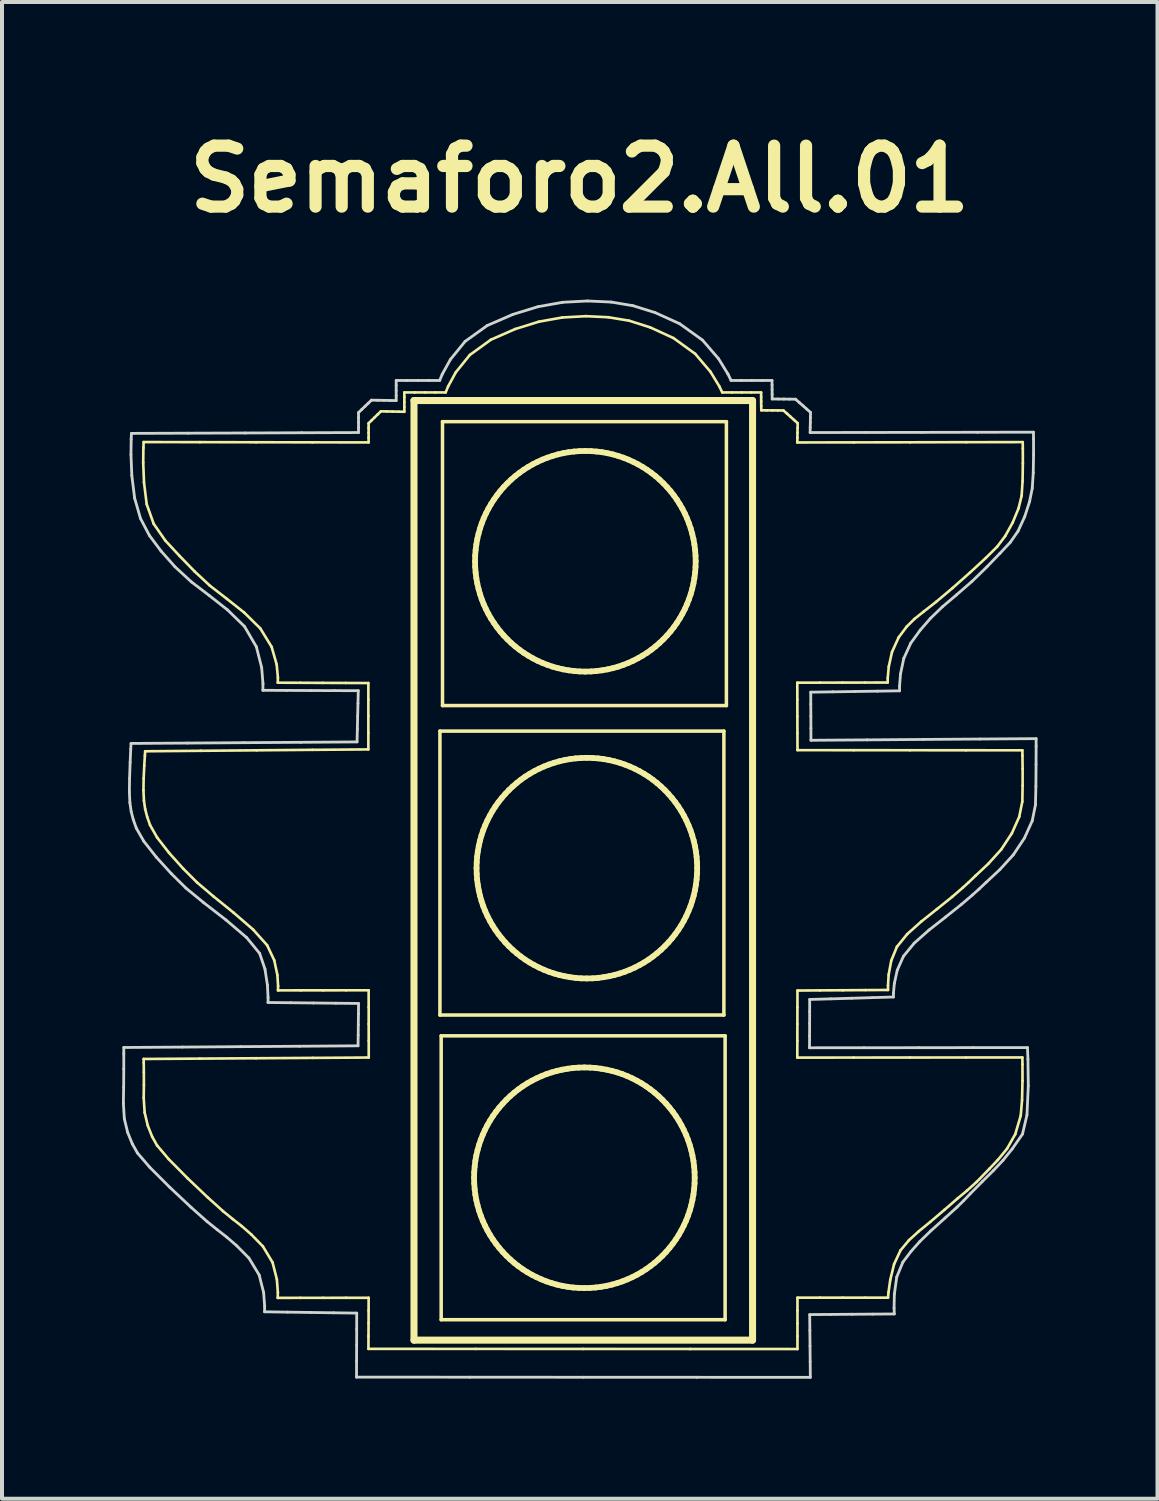
<source format=kicad_pcb>
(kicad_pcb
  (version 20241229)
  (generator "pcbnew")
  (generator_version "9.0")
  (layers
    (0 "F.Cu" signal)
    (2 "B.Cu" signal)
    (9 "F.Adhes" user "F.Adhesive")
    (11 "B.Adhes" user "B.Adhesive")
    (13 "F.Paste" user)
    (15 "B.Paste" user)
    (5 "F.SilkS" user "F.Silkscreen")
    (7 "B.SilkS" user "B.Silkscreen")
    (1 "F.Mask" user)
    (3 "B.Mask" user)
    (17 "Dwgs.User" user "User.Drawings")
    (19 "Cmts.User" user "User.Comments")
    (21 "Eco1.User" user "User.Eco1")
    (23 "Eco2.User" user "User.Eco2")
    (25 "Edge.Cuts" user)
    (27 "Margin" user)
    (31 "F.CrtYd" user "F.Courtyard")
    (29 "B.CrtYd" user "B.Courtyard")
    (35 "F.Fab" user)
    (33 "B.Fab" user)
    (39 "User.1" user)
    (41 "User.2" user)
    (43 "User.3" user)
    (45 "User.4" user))
  (footprint "Semaforo2.All.01"
    (layer "F.Cu")
    (at 11.445 17.933)
    (property "Reference" "Semaforo2.All.01" (at 0 -16.506 0) (layer "F.SilkS") (effects (font (size 1.524 1.524) (thickness 0.305))))
    (attr smd)
    (fp_line (start -10.914 -9.419) (end -10.894 -8.918) (stroke (width 0.066) (type solid)) (layer "F.SilkS"))
    (fp_line (start -10.909 -9.786) (end -10.914 -9.419) (stroke (width 0.066) (type solid)) (layer "F.SilkS"))
    (fp_line (start -10.908 -1.223) (end -10.896 -0.964) (stroke (width 0.066) (type solid)) (layer "F.SilkS"))
    (fp_line (start -10.903 5.497) (end -10.901 5.591) (stroke (width 0.066) (type solid)) (layer "F.SilkS"))
    (fp_line (start -10.903 -9.929) (end -10.909 -9.786) (stroke (width 0.066) (type solid)) (layer "F.SilkS"))
    (fp_line (start -10.903 -1.516) (end -10.908 -1.223) (stroke (width 0.066) (type solid)) (layer "F.SilkS"))
    (fp_line (start -10.902 6.467) (end -10.878 6.837) (stroke (width 0.066) (type solid)) (layer "F.SilkS"))
    (fp_line (start -10.901 5.591) (end -10.898 5.829) (stroke (width 0.066) (type solid)) (layer "F.SilkS"))
    (fp_line (start -10.898 5.829) (end -10.897 6.144) (stroke (width 0.066) (type solid)) (layer "F.SilkS"))
    (fp_line (start -10.897 6.144) (end -10.902 6.467) (stroke (width 0.066) (type solid)) (layer "F.SilkS"))
    (fp_line (start -10.896 -0.964) (end -10.865 -0.751) (stroke (width 0.066) (type solid)) (layer "F.SilkS"))
    (fp_line (start -10.894 -8.918) (end -10.827 -8.375) (stroke (width 0.066) (type solid)) (layer "F.SilkS"))
    (fp_line (start -10.888 -1.836) (end -10.903 -1.516) (stroke (width 0.066) (type solid)) (layer "F.SilkS"))
    (fp_line (start -10.878 6.837) (end -10.8 7.164) (stroke (width 0.066) (type solid)) (layer "F.SilkS"))
    (fp_line (start -10.872 -2.092) (end -10.888 -1.836) (stroke (width 0.066) (type solid)) (layer "F.SilkS"))
    (fp_line (start -10.865 -0.751) (end -10.815 -0.558) (stroke (width 0.066) (type solid)) (layer "F.SilkS"))
    (fp_line (start -10.865 -2.197) (end -10.872 -2.092) (stroke (width 0.066) (type solid)) (layer "F.SilkS"))
    (fp_line (start -10.827 -8.375) (end -10.652 -7.885) (stroke (width 0.066) (type solid)) (layer "F.SilkS"))
    (fp_line (start -10.815 -0.558) (end -10.744 -0.354) (stroke (width 0.066) (type solid)) (layer "F.SilkS"))
    (fp_line (start -10.8 7.164) (end -10.69 7.441) (stroke (width 0.066) (type solid)) (layer "F.SilkS"))
    (fp_line (start -10.744 -0.354) (end -10.566 -0.04) (stroke (width 0.066) (type solid)) (layer "F.SilkS"))
    (fp_line (start -10.69 7.441) (end -10.567 7.66) (stroke (width 0.066) (type solid)) (layer "F.SilkS"))
    (fp_line (start -10.652 -7.885) (end -10.36 -7.464) (stroke (width 0.066) (type solid)) (layer "F.SilkS"))
    (fp_line (start -10.567 7.66) (end -10.276 8.003) (stroke (width 0.066) (type solid)) (layer "F.SilkS"))
    (fp_line (start -10.566 -0.04) (end -10.268 0.343) (stroke (width 0.066) (type solid)) (layer "F.SilkS"))
    (fp_line (start -10.36 -7.464) (end -10.002 -7.079) (stroke (width 0.066) (type solid)) (layer "F.SilkS"))
    (fp_line (start -10.276 8.003) (end -9.8 8.484) (stroke (width 0.066) (type solid)) (layer "F.SilkS"))
    (fp_line (start -10.268 0.343) (end -9.914 0.737) (stroke (width 0.066) (type solid)) (layer "F.SilkS"))
    (fp_line (start -10.002 -7.079) (end -9.633 -6.698) (stroke (width 0.066) (type solid)) (layer "F.SilkS"))
    (fp_line (start -9.914 0.737) (end -9.567 1.084) (stroke (width 0.066) (type solid)) (layer "F.SilkS"))
    (fp_line (start -9.8 8.484) (end -9.295 8.964) (stroke (width 0.066) (type solid)) (layer "F.SilkS"))
    (fp_line (start -9.633 -6.698) (end -9.246 -6.337) (stroke (width 0.066) (type solid)) (layer "F.SilkS"))
    (fp_line (start -9.567 1.084) (end -9.157 1.432) (stroke (width 0.066) (type solid)) (layer "F.SilkS"))
    (fp_line (start -9.497 -9.927) (end -10.903 -9.929) (stroke (width 0.066) (type solid)) (layer "F.SilkS"))
    (fp_line (start -9.496 5.488) (end -10.903 5.497) (stroke (width 0.066) (type solid)) (layer "F.SilkS"))
    (fp_line (start -9.47 -2.209) (end -10.865 -2.197) (stroke (width 0.066) (type solid)) (layer "F.SilkS"))
    (fp_line (start -9.295 8.964) (end -8.917 9.304) (stroke (width 0.066) (type solid)) (layer "F.SilkS"))
    (fp_line (start -9.246 -6.337) (end -8.82 -6.007) (stroke (width 0.066) (type solid)) (layer "F.SilkS"))
    (fp_line (start -9.157 1.432) (end -8.651 1.841) (stroke (width 0.066) (type solid)) (layer "F.SilkS"))
    (fp_line (start -8.917 9.304) (end -8.675 9.501) (stroke (width 0.066) (type solid)) (layer "F.SilkS"))
    (fp_line (start -8.82 -6.007) (end -8.388 -5.665) (stroke (width 0.066) (type solid)) (layer "F.SilkS"))
    (fp_line (start -8.675 9.501) (end -8.451 9.676) (stroke (width 0.066) (type solid)) (layer "F.SilkS"))
    (fp_line (start -8.651 1.841) (end -8.164 2.263) (stroke (width 0.066) (type solid)) (layer "F.SilkS"))
    (fp_line (start -8.451 9.676) (end -8.211 9.886) (stroke (width 0.066) (type solid)) (layer "F.SilkS"))
    (fp_line (start -8.388 -5.665) (end -7.985 -5.267) (stroke (width 0.066) (type solid)) (layer "F.SilkS"))
    (fp_line (start -8.211 9.886) (end -7.921 10.183) (stroke (width 0.066) (type solid)) (layer "F.SilkS"))
    (fp_line (start -8.164 2.263) (end -7.815 2.653) (stroke (width 0.066) (type solid)) (layer "F.SilkS"))
    (fp_line (start -8.09 -9.924) (end -9.497 -9.927) (stroke (width 0.066) (type solid)) (layer "F.SilkS"))
    (fp_line (start -8.089 5.479) (end -9.496 5.488) (stroke (width 0.066) (type solid)) (layer "F.SilkS"))
    (fp_line (start -8.075 -2.221) (end -9.47 -2.209) (stroke (width 0.066) (type solid)) (layer "F.SilkS"))
    (fp_line (start -7.985 -5.267) (end -7.703 -4.808) (stroke (width 0.066) (type solid)) (layer "F.SilkS"))
    (fp_line (start -7.921 10.183) (end -7.679 10.586) (stroke (width 0.066) (type solid)) (layer "F.SilkS"))
    (fp_line (start -7.815 2.653) (end -7.637 3.031) (stroke (width 0.066) (type solid)) (layer "F.SilkS"))
    (fp_line (start -7.703 -4.808) (end -7.577 -4.369) (stroke (width 0.066) (type solid)) (layer "F.SilkS"))
    (fp_line (start -7.679 10.586) (end -7.572 11.007) (stroke (width 0.066) (type solid)) (layer "F.SilkS"))
    (fp_line (start -7.637 3.031) (end -7.559 3.397) (stroke (width 0.066) (type solid)) (layer "F.SilkS"))
    (fp_line (start -7.577 -4.369) (end -7.546 -4.041) (stroke (width 0.066) (type solid)) (layer "F.SilkS"))
    (fp_line (start -7.572 11.007) (end -7.547 11.337) (stroke (width 0.066) (type solid)) (layer "F.SilkS"))
    (fp_line (start -7.559 3.397) (end -7.541 3.673) (stroke (width 0.066) (type solid)) (layer "F.SilkS"))
    (fp_line (start -7.551 11.471) (end -6.982 11.47) (stroke (width 0.066) (type solid)) (layer "F.SilkS"))
    (fp_line (start -7.549 -3.912) (end -6.983 -3.91) (stroke (width 0.066) (type solid)) (layer "F.SilkS"))
    (fp_line (start -7.547 11.337) (end -7.551 11.471) (stroke (width 0.066) (type solid)) (layer "F.SilkS"))
    (fp_line (start -7.546 -4.041) (end -7.549 -3.912) (stroke (width 0.066) (type solid)) (layer "F.SilkS"))
    (fp_line (start -7.544 3.782) (end -6.977 3.781) (stroke (width 0.066) (type solid)) (layer "F.SilkS"))
    (fp_line (start -7.541 3.673) (end -7.544 3.782) (stroke (width 0.066) (type solid)) (layer "F.SilkS"))
    (fp_line (start -6.983 -3.91) (end -6.416 -3.907) (stroke (width 0.066) (type solid)) (layer "F.SilkS"))
    (fp_line (start -6.982 11.47) (end -6.414 11.47) (stroke (width 0.066) (type solid)) (layer "F.SilkS"))
    (fp_line (start -6.977 3.781) (end -6.411 3.781) (stroke (width 0.066) (type solid)) (layer "F.SilkS"))
    (fp_line (start -6.684 -9.922) (end -8.09 -9.924) (stroke (width 0.066) (type solid)) (layer "F.SilkS"))
    (fp_line (start -6.682 5.47) (end -8.089 5.479) (stroke (width 0.066) (type solid)) (layer "F.SilkS"))
    (fp_line (start -6.679 -2.233) (end -8.075 -2.221) (stroke (width 0.066) (type solid)) (layer "F.SilkS"))
    (fp_line (start -6.416 -3.907) (end -5.85 -3.905) (stroke (width 0.066) (type solid)) (layer "F.SilkS"))
    (fp_line (start -6.414 11.47) (end -5.846 11.469) (stroke (width 0.066) (type solid)) (layer "F.SilkS"))
    (fp_line (start -6.411 3.781) (end -5.844 3.78) (stroke (width 0.066) (type solid)) (layer "F.SilkS"))
    (fp_line (start -5.85 -3.905) (end -5.284 -3.903) (stroke (width 0.066) (type solid)) (layer "F.SilkS"))
    (fp_line (start -5.846 11.469) (end -5.277 11.469) (stroke (width 0.066) (type solid)) (layer "F.SilkS"))
    (fp_line (start -5.844 3.78) (end -5.277 3.78) (stroke (width 0.066) (type solid)) (layer "F.SilkS"))
    (fp_line (start -5.284 -3.903) (end -5.284 -3.488) (stroke (width 0.066) (type solid)) (layer "F.SilkS"))
    (fp_line (start -5.284 -3.488) (end -5.284 -3.074) (stroke (width 0.066) (type solid)) (layer "F.SilkS"))
    (fp_line (start -5.284 -3.074) (end -5.284 -2.659) (stroke (width 0.066) (type solid)) (layer "F.SilkS"))
    (fp_line (start -5.284 -2.659) (end -5.284 -2.244) (stroke (width 0.066) (type solid)) (layer "F.SilkS"))
    (fp_line (start -5.284 -2.244) (end -6.679 -2.233) (stroke (width 0.066) (type solid)) (layer "F.SilkS"))
    (fp_line (start -5.282 12.746) (end -2.6 12.747) (stroke (width 0.066) (type solid)) (layer "F.SilkS"))
    (fp_line (start -5.281 12.426) (end -5.282 12.746) (stroke (width 0.066) (type solid)) (layer "F.SilkS"))
    (fp_line (start -5.279 12.107) (end -5.281 12.426) (stroke (width 0.066) (type solid)) (layer "F.SilkS"))
    (fp_line (start -5.278 11.788) (end -5.279 12.107) (stroke (width 0.066) (type solid)) (layer "F.SilkS"))
    (fp_line (start -5.278 -10.399) (end -5.278 -10.28) (stroke (width 0.066) (type solid)) (layer "F.SilkS"))
    (fp_line (start -5.278 -10.28) (end -5.278 -10.16) (stroke (width 0.066) (type solid)) (layer "F.SilkS"))
    (fp_line (start -5.278 -10.16) (end -5.278 -10.04) (stroke (width 0.066) (type solid)) (layer "F.SilkS"))
    (fp_line (start -5.278 -10.04) (end -5.278 -9.92) (stroke (width 0.066) (type solid)) (layer "F.SilkS"))
    (fp_line (start -5.278 -9.92) (end -6.684 -9.922) (stroke (width 0.066) (type solid)) (layer "F.SilkS"))
    (fp_line (start -5.277 11.469) (end -5.278 11.788) (stroke (width 0.066) (type solid)) (layer "F.SilkS"))
    (fp_line (start -5.277 3.78) (end -5.276 4.2) (stroke (width 0.066) (type solid)) (layer "F.SilkS"))
    (fp_line (start -5.276 4.2) (end -5.276 4.62) (stroke (width 0.066) (type solid)) (layer "F.SilkS"))
    (fp_line (start -5.276 4.62) (end -5.275 5.041) (stroke (width 0.066) (type solid)) (layer "F.SilkS"))
    (fp_line (start -5.275 5.041) (end -5.275 5.461) (stroke (width 0.066) (type solid)) (layer "F.SilkS"))
    (fp_line (start -5.275 5.461) (end -6.682 5.47) (stroke (width 0.066) (type solid)) (layer "F.SilkS"))
    (fp_line (start -5.201 -10.474) (end -5.278 -10.399) (stroke (width 0.066) (type solid)) (layer "F.SilkS"))
    (fp_line (start -5.125 -10.548) (end -5.201 -10.474) (stroke (width 0.066) (type solid)) (layer "F.SilkS"))
    (fp_line (start -5.048 -10.623) (end -5.125 -10.548) (stroke (width 0.066) (type solid)) (layer "F.SilkS"))
    (fp_line (start -4.971 -10.697) (end -5.048 -10.623) (stroke (width 0.066) (type solid)) (layer "F.SilkS"))
    (fp_line (start -4.825 -10.695) (end -4.971 -10.697) (stroke (width 0.066) (type solid)) (layer "F.SilkS"))
    (fp_line (start -4.678 -10.692) (end -4.825 -10.695) (stroke (width 0.066) (type solid)) (layer "F.SilkS"))
    (fp_line (start -4.531 -10.689) (end -4.678 -10.692) (stroke (width 0.066) (type solid)) (layer "F.SilkS"))
    (fp_line (start -4.384 -11.17) (end -4.384 -11.049) (stroke (width 0.066) (type solid)) (layer "F.SilkS"))
    (fp_line (start -4.384 -11.049) (end -4.384 -10.928) (stroke (width 0.066) (type solid)) (layer "F.SilkS"))
    (fp_line (start -4.384 -10.928) (end -4.384 -10.808) (stroke (width 0.066) (type solid)) (layer "F.SilkS"))
    (fp_line (start -4.384 -10.808) (end -4.384 -10.687) (stroke (width 0.066) (type solid)) (layer "F.SilkS"))
    (fp_line (start -4.384 -10.687) (end -4.531 -10.689) (stroke (width 0.066) (type solid)) (layer "F.SilkS"))
    (fp_line (start -4.143 -10.967) (end 4.323 -10.967) (stroke (width 0.176) (type solid)) (layer "F.SilkS"))
    (fp_line (start -4.143 12.528) (end -4.143 -10.967) (stroke (width 0.176) (type solid)) (layer "F.SilkS"))
    (fp_line (start -4.126 -11.17) (end -4.384 -11.17) (stroke (width 0.066) (type solid)) (layer "F.SilkS"))
    (fp_line (start -3.868 -11.17) (end -4.126 -11.17) (stroke (width 0.066) (type solid)) (layer "F.SilkS"))
    (fp_line (start -3.609 -11.17) (end -3.868 -11.17) (stroke (width 0.066) (type solid)) (layer "F.SilkS"))
    (fp_line (start -3.494 -2.701) (end 3.606 -2.701) (stroke (width 0.088) (type solid)) (layer "F.SilkS"))
    (fp_line (start -3.494 4.399) (end -3.494 -2.701) (stroke (width 0.088) (type solid)) (layer "F.SilkS"))
    (fp_line (start -3.463 4.918) (end 3.637 4.918) (stroke (width 0.088) (type solid)) (layer "F.SilkS"))
    (fp_line (start -3.463 12.017) (end -3.463 4.918) (stroke (width 0.088) (type solid)) (layer "F.SilkS"))
    (fp_line (start -3.43 -10.439) (end 3.669 -10.439) (stroke (width 0.088) (type solid)) (layer "F.SilkS"))
    (fp_line (start -3.43 -3.34) (end -3.43 -10.439) (stroke (width 0.088) (type solid)) (layer "F.SilkS"))
    (fp_line (start -3.351 -11.17) (end -3.609 -11.17) (stroke (width 0.066) (type solid)) (layer "F.SilkS"))
    (fp_line (start -3.291 -11.318) (end -3.351 -11.17) (stroke (width 0.066) (type solid)) (layer "F.SilkS"))
    (fp_line (start -3.097 -11.674) (end -3.291 -11.318) (stroke (width 0.066) (type solid)) (layer "F.SilkS"))
    (fp_line (start -2.747 -12.107) (end -3.097 -11.674) (stroke (width 0.066) (type solid)) (layer "F.SilkS"))
    (fp_line (start -2.641 8.467) (end -2.637 8.326) (stroke (width 0.144) (type solid)) (layer "F.SilkS"))
    (fp_line (start -2.637 8.326) (end -2.626 8.185) (stroke (width 0.144) (type solid)) (layer "F.SilkS"))
    (fp_line (start -2.637 8.609) (end -2.641 8.467) (stroke (width 0.144) (type solid)) (layer "F.SilkS"))
    (fp_line (start -2.626 8.185) (end -2.609 8.047) (stroke (width 0.144) (type solid)) (layer "F.SilkS"))
    (fp_line (start -2.626 8.75) (end -2.637 8.609) (stroke (width 0.144) (type solid)) (layer "F.SilkS"))
    (fp_line (start -2.616 -6.948) (end -2.613 -7.09) (stroke (width 0.144) (type solid)) (layer "F.SilkS"))
    (fp_line (start -2.613 -7.09) (end -2.602 -7.23) (stroke (width 0.144) (type solid)) (layer "F.SilkS"))
    (fp_line (start -2.613 -6.806) (end -2.616 -6.948) (stroke (width 0.144) (type solid)) (layer "F.SilkS"))
    (fp_line (start -2.609 8.047) (end -2.585 7.912) (stroke (width 0.144) (type solid)) (layer "F.SilkS"))
    (fp_line (start -2.609 8.888) (end -2.626 8.75) (stroke (width 0.144) (type solid)) (layer "F.SilkS"))
    (fp_line (start -2.602 -7.23) (end -2.584 -7.368) (stroke (width 0.144) (type solid)) (layer "F.SilkS"))
    (fp_line (start -2.602 -6.666) (end -2.613 -6.806) (stroke (width 0.144) (type solid)) (layer "F.SilkS"))
    (fp_line (start -2.6 12.747) (end 0.082 12.748) (stroke (width 0.066) (type solid)) (layer "F.SilkS"))
    (fp_line (start -2.585 7.912) (end -2.554 7.778) (stroke (width 0.144) (type solid)) (layer "F.SilkS"))
    (fp_line (start -2.585 9.023) (end -2.609 8.888) (stroke (width 0.144) (type solid)) (layer "F.SilkS"))
    (fp_line (start -2.584 -7.368) (end -2.56 -7.504) (stroke (width 0.144) (type solid)) (layer "F.SilkS"))
    (fp_line (start -2.584 -6.528) (end -2.602 -6.666) (stroke (width 0.144) (type solid)) (layer "F.SilkS"))
    (fp_line (start -2.579 0.726) (end -2.575 0.584) (stroke (width 0.144) (type solid)) (layer "F.SilkS"))
    (fp_line (start -2.575 0.584) (end -2.565 0.444) (stroke (width 0.144) (type solid)) (layer "F.SilkS"))
    (fp_line (start -2.575 0.868) (end -2.579 0.726) (stroke (width 0.144) (type solid)) (layer "F.SilkS"))
    (fp_line (start -2.565 0.444) (end -2.547 0.306) (stroke (width 0.144) (type solid)) (layer "F.SilkS"))
    (fp_line (start -2.565 1.008) (end -2.575 0.868) (stroke (width 0.144) (type solid)) (layer "F.SilkS"))
    (fp_line (start -2.56 -7.504) (end -2.529 -7.637) (stroke (width 0.144) (type solid)) (layer "F.SilkS"))
    (fp_line (start -2.56 -6.392) (end -2.584 -6.528) (stroke (width 0.144) (type solid)) (layer "F.SilkS"))
    (fp_line (start -2.554 7.778) (end -2.517 7.647) (stroke (width 0.144) (type solid)) (layer "F.SilkS"))
    (fp_line (start -2.554 9.157) (end -2.585 9.023) (stroke (width 0.144) (type solid)) (layer "F.SilkS"))
    (fp_line (start -2.547 0.306) (end -2.523 0.17) (stroke (width 0.144) (type solid)) (layer "F.SilkS"))
    (fp_line (start -2.547 1.146) (end -2.565 1.008) (stroke (width 0.144) (type solid)) (layer "F.SilkS"))
    (fp_line (start -2.529 -7.637) (end -2.492 -7.768) (stroke (width 0.144) (type solid)) (layer "F.SilkS"))
    (fp_line (start -2.529 -6.258) (end -2.56 -6.392) (stroke (width 0.144) (type solid)) (layer "F.SilkS"))
    (fp_line (start -2.523 0.17) (end -2.492 0.036) (stroke (width 0.144) (type solid)) (layer "F.SilkS"))
    (fp_line (start -2.523 1.282) (end -2.547 1.146) (stroke (width 0.144) (type solid)) (layer "F.SilkS"))
    (fp_line (start -2.517 7.647) (end -2.473 7.519) (stroke (width 0.144) (type solid)) (layer "F.SilkS"))
    (fp_line (start -2.517 9.288) (end -2.554 9.157) (stroke (width 0.144) (type solid)) (layer "F.SilkS"))
    (fp_line (start -2.492 -7.768) (end -2.449 -7.896) (stroke (width 0.144) (type solid)) (layer "F.SilkS"))
    (fp_line (start -2.492 -6.128) (end -2.529 -6.258) (stroke (width 0.144) (type solid)) (layer "F.SilkS"))
    (fp_line (start -2.492 0.036) (end -2.455 -0.095) (stroke (width 0.144) (type solid)) (layer "F.SilkS"))
    (fp_line (start -2.492 1.415) (end -2.523 1.282) (stroke (width 0.144) (type solid)) (layer "F.SilkS"))
    (fp_line (start -2.473 7.519) (end -2.424 7.394) (stroke (width 0.144) (type solid)) (layer "F.SilkS"))
    (fp_line (start -2.473 9.416) (end -2.517 9.288) (stroke (width 0.144) (type solid)) (layer "F.SilkS"))
    (fp_line (start -2.455 -0.095) (end -2.412 -0.223) (stroke (width 0.144) (type solid)) (layer "F.SilkS"))
    (fp_line (start -2.455 1.546) (end -2.492 1.415) (stroke (width 0.144) (type solid)) (layer "F.SilkS"))
    (fp_line (start -2.449 -7.896) (end -2.4 -8.022) (stroke (width 0.144) (type solid)) (layer "F.SilkS"))
    (fp_line (start -2.449 -5.999) (end -2.492 -6.128) (stroke (width 0.144) (type solid)) (layer "F.SilkS"))
    (fp_line (start -2.424 7.394) (end -2.369 7.272) (stroke (width 0.144) (type solid)) (layer "F.SilkS"))
    (fp_line (start -2.424 9.541) (end -2.473 9.416) (stroke (width 0.144) (type solid)) (layer "F.SilkS"))
    (fp_line (start -2.412 -0.223) (end -2.362 -0.348) (stroke (width 0.144) (type solid)) (layer "F.SilkS"))
    (fp_line (start -2.412 1.674) (end -2.455 1.546) (stroke (width 0.144) (type solid)) (layer "F.SilkS"))
    (fp_line (start -2.4 -8.022) (end -2.344 -8.144) (stroke (width 0.144) (type solid)) (layer "F.SilkS"))
    (fp_line (start -2.4 -5.874) (end -2.449 -5.999) (stroke (width 0.144) (type solid)) (layer "F.SilkS"))
    (fp_line (start -2.369 7.272) (end -2.308 7.153) (stroke (width 0.144) (type solid)) (layer "F.SilkS"))
    (fp_line (start -2.369 9.663) (end -2.424 9.541) (stroke (width 0.144) (type solid)) (layer "F.SilkS"))
    (fp_line (start -2.362 -0.348) (end -2.307 -0.47) (stroke (width 0.144) (type solid)) (layer "F.SilkS"))
    (fp_line (start -2.362 1.799) (end -2.412 1.674) (stroke (width 0.144) (type solid)) (layer "F.SilkS"))
    (fp_line (start -2.344 -8.144) (end -2.283 -8.263) (stroke (width 0.144) (type solid)) (layer "F.SilkS"))
    (fp_line (start -2.344 -5.752) (end -2.4 -5.874) (stroke (width 0.144) (type solid)) (layer "F.SilkS"))
    (fp_line (start -2.308 7.153) (end -2.241 7.037) (stroke (width 0.144) (type solid)) (layer "F.SilkS"))
    (fp_line (start -2.308 9.782) (end -2.369 9.663) (stroke (width 0.144) (type solid)) (layer "F.SilkS"))
    (fp_line (start -2.307 -0.47) (end -2.246 -0.589) (stroke (width 0.144) (type solid)) (layer "F.SilkS"))
    (fp_line (start -2.307 1.922) (end -2.362 1.799) (stroke (width 0.144) (type solid)) (layer "F.SilkS"))
    (fp_line (start -2.283 -8.263) (end -2.217 -8.378) (stroke (width 0.144) (type solid)) (layer "F.SilkS"))
    (fp_line (start -2.283 -5.633) (end -2.344 -5.752) (stroke (width 0.144) (type solid)) (layer "F.SilkS"))
    (fp_line (start -2.246 -0.589) (end -2.18 -0.705) (stroke (width 0.144) (type solid)) (layer "F.SilkS"))
    (fp_line (start -2.246 2.041) (end -2.307 1.922) (stroke (width 0.144) (type solid)) (layer "F.SilkS"))
    (fp_line (start -2.241 7.037) (end -2.17 6.925) (stroke (width 0.144) (type solid)) (layer "F.SilkS"))
    (fp_line (start -2.241 9.898) (end -2.308 9.782) (stroke (width 0.144) (type solid)) (layer "F.SilkS"))
    (fp_line (start -2.221 -12.488) (end -2.747 -12.107) (stroke (width 0.066) (type solid)) (layer "F.SilkS"))
    (fp_line (start -2.217 -8.378) (end -2.145 -8.49) (stroke (width 0.144) (type solid)) (layer "F.SilkS"))
    (fp_line (start -2.217 -5.517) (end -2.283 -5.633) (stroke (width 0.144) (type solid)) (layer "F.SilkS"))
    (fp_line (start -2.18 -0.705) (end -2.108 -0.817) (stroke (width 0.144) (type solid)) (layer "F.SilkS"))
    (fp_line (start -2.18 2.156) (end -2.246 2.041) (stroke (width 0.144) (type solid)) (layer "F.SilkS"))
    (fp_line (start -2.17 6.925) (end -2.093 6.817) (stroke (width 0.144) (type solid)) (layer "F.SilkS"))
    (fp_line (start -2.17 10.01) (end -2.241 9.898) (stroke (width 0.144) (type solid)) (layer "F.SilkS"))
    (fp_line (start -2.145 -8.49) (end -2.068 -8.598) (stroke (width 0.144) (type solid)) (layer "F.SilkS"))
    (fp_line (start -2.145 -5.406) (end -2.217 -5.517) (stroke (width 0.144) (type solid)) (layer "F.SilkS"))
    (fp_line (start -2.108 -0.817) (end -2.031 -0.925) (stroke (width 0.144) (type solid)) (layer "F.SilkS"))
    (fp_line (start -2.108 2.268) (end -2.18 2.156) (stroke (width 0.144) (type solid)) (layer "F.SilkS"))
    (fp_line (start -2.093 6.817) (end -2.011 6.713) (stroke (width 0.144) (type solid)) (layer "F.SilkS"))
    (fp_line (start -2.093 10.118) (end -2.17 10.01) (stroke (width 0.144) (type solid)) (layer "F.SilkS"))
    (fp_line (start -2.068 -8.598) (end -1.986 -8.703) (stroke (width 0.144) (type solid)) (layer "F.SilkS"))
    (fp_line (start -2.068 -5.297) (end -2.145 -5.406) (stroke (width 0.144) (type solid)) (layer "F.SilkS"))
    (fp_line (start -2.031 -0.925) (end -1.949 -1.029) (stroke (width 0.144) (type solid)) (layer "F.SilkS"))
    (fp_line (start -2.031 2.376) (end -2.108 2.268) (stroke (width 0.144) (type solid)) (layer "F.SilkS"))
    (fp_line (start -2.011 6.713) (end -1.924 6.613) (stroke (width 0.144) (type solid)) (layer "F.SilkS"))
    (fp_line (start -2.011 10.222) (end -2.093 10.118) (stroke (width 0.144) (type solid)) (layer "F.SilkS"))
    (fp_line (start -1.986 -8.703) (end -1.9 -8.803) (stroke (width 0.144) (type solid)) (layer "F.SilkS"))
    (fp_line (start -1.986 -5.193) (end -2.068 -5.297) (stroke (width 0.144) (type solid)) (layer "F.SilkS"))
    (fp_line (start -1.949 -1.029) (end -1.862 -1.129) (stroke (width 0.144) (type solid)) (layer "F.SilkS"))
    (fp_line (start -1.949 2.48) (end -2.031 2.376) (stroke (width 0.144) (type solid)) (layer "F.SilkS"))
    (fp_line (start -1.924 6.613) (end -1.833 6.517) (stroke (width 0.144) (type solid)) (layer "F.SilkS"))
    (fp_line (start -1.924 10.322) (end -2.011 10.222) (stroke (width 0.144) (type solid)) (layer "F.SilkS"))
    (fp_line (start -1.9 -8.803) (end -1.808 -8.898) (stroke (width 0.144) (type solid)) (layer "F.SilkS"))
    (fp_line (start -1.9 -5.093) (end -1.986 -5.193) (stroke (width 0.144) (type solid)) (layer "F.SilkS"))
    (fp_line (start -1.862 -1.129) (end -1.771 -1.225) (stroke (width 0.144) (type solid)) (layer "F.SilkS"))
    (fp_line (start -1.862 2.581) (end -1.949 2.48) (stroke (width 0.144) (type solid)) (layer "F.SilkS"))
    (fp_line (start -1.833 6.517) (end -1.737 6.426) (stroke (width 0.144) (type solid)) (layer "F.SilkS"))
    (fp_line (start -1.833 10.418) (end -1.924 10.322) (stroke (width 0.144) (type solid)) (layer "F.SilkS"))
    (fp_line (start -1.808 -8.898) (end -1.713 -8.99) (stroke (width 0.144) (type solid)) (layer "F.SilkS"))
    (fp_line (start -1.808 -4.997) (end -1.9 -5.093) (stroke (width 0.144) (type solid)) (layer "F.SilkS"))
    (fp_line (start -1.771 -1.225) (end -1.675 -1.316) (stroke (width 0.144) (type solid)) (layer "F.SilkS"))
    (fp_line (start -1.771 2.676) (end -1.862 2.581) (stroke (width 0.144) (type solid)) (layer "F.SilkS"))
    (fp_line (start -1.737 6.426) (end -1.637 6.339) (stroke (width 0.144) (type solid)) (layer "F.SilkS"))
    (fp_line (start -1.737 10.509) (end -1.833 10.418) (stroke (width 0.144) (type solid)) (layer "F.SilkS"))
    (fp_line (start -1.713 -8.99) (end -1.612 -9.077) (stroke (width 0.144) (type solid)) (layer "F.SilkS"))
    (fp_line (start -1.713 -4.906) (end -1.808 -4.997) (stroke (width 0.144) (type solid)) (layer "F.SilkS"))
    (fp_line (start -1.675 -1.316) (end -1.575 -1.403) (stroke (width 0.144) (type solid)) (layer "F.SilkS"))
    (fp_line (start -1.675 2.768) (end -1.771 2.676) (stroke (width 0.144) (type solid)) (layer "F.SilkS"))
    (fp_line (start -1.637 6.339) (end -1.533 6.257) (stroke (width 0.144) (type solid)) (layer "F.SilkS"))
    (fp_line (start -1.637 10.596) (end -1.737 10.509) (stroke (width 0.144) (type solid)) (layer "F.SilkS"))
    (fp_line (start -1.613 -12.755) (end -2.221 -12.488) (stroke (width 0.066) (type solid)) (layer "F.SilkS"))
    (fp_line (start -1.612 -9.077) (end -1.508 -9.158) (stroke (width 0.144) (type solid)) (layer "F.SilkS"))
    (fp_line (start -1.612 -4.819) (end -1.713 -4.906) (stroke (width 0.144) (type solid)) (layer "F.SilkS"))
    (fp_line (start -1.575 -1.403) (end -1.471 -1.485) (stroke (width 0.144) (type solid)) (layer "F.SilkS"))
    (fp_line (start -1.575 2.854) (end -1.675 2.768) (stroke (width 0.144) (type solid)) (layer "F.SilkS"))
    (fp_line (start -1.533 6.257) (end -1.424 6.18) (stroke (width 0.144) (type solid)) (layer "F.SilkS"))
    (fp_line (start -1.533 10.678) (end -1.637 10.596) (stroke (width 0.144) (type solid)) (layer "F.SilkS"))
    (fp_line (start -1.508 -9.158) (end -1.4 -9.235) (stroke (width 0.144) (type solid)) (layer "F.SilkS"))
    (fp_line (start -1.508 -4.737) (end -1.612 -4.819) (stroke (width 0.144) (type solid)) (layer "F.SilkS"))
    (fp_line (start -1.471 -1.485) (end -1.363 -1.562) (stroke (width 0.144) (type solid)) (layer "F.SilkS"))
    (fp_line (start -1.471 2.936) (end -1.575 2.854) (stroke (width 0.144) (type solid)) (layer "F.SilkS"))
    (fp_line (start -1.424 10.755) (end -1.533 10.678) (stroke (width 0.144) (type solid)) (layer "F.SilkS"))
    (fp_line (start -1.424 6.18) (end -1.313 6.108) (stroke (width 0.144) (type solid)) (layer "F.SilkS"))
    (fp_line (start -1.4 -4.66) (end -1.508 -4.737) (stroke (width 0.144) (type solid)) (layer "F.SilkS"))
    (fp_line (start -1.4 -9.235) (end -1.288 -9.307) (stroke (width 0.144) (type solid)) (layer "F.SilkS"))
    (fp_line (start -1.363 -1.562) (end -1.251 -1.633) (stroke (width 0.144) (type solid)) (layer "F.SilkS"))
    (fp_line (start -1.363 3.013) (end -1.471 2.936) (stroke (width 0.144) (type solid)) (layer "F.SilkS"))
    (fp_line (start -1.313 6.108) (end -1.197 6.042) (stroke (width 0.144) (type solid)) (layer "F.SilkS"))
    (fp_line (start -1.313 10.827) (end -1.424 10.755) (stroke (width 0.144) (type solid)) (layer "F.SilkS"))
    (fp_line (start -1.288 -9.307) (end -1.173 -9.373) (stroke (width 0.144) (type solid)) (layer "F.SilkS"))
    (fp_line (start -1.288 -4.589) (end -1.4 -4.66) (stroke (width 0.144) (type solid)) (layer "F.SilkS"))
    (fp_line (start -1.251 -1.633) (end -1.135 -1.7) (stroke (width 0.144) (type solid)) (layer "F.SilkS"))
    (fp_line (start -1.251 3.085) (end -1.363 3.013) (stroke (width 0.144) (type solid)) (layer "F.SilkS"))
    (fp_line (start -1.197 6.042) (end -1.078 5.981) (stroke (width 0.144) (type solid)) (layer "F.SilkS"))
    (fp_line (start -1.197 10.893) (end -1.313 10.827) (stroke (width 0.144) (type solid)) (layer "F.SilkS"))
    (fp_line (start -1.173 -9.373) (end -1.054 -9.434) (stroke (width 0.144) (type solid)) (layer "F.SilkS"))
    (fp_line (start -1.173 -4.522) (end -1.288 -4.589) (stroke (width 0.144) (type solid)) (layer "F.SilkS"))
    (fp_line (start -1.135 -1.7) (end -1.016 -1.761) (stroke (width 0.144) (type solid)) (layer "F.SilkS"))
    (fp_line (start -1.135 3.151) (end -1.251 3.085) (stroke (width 0.144) (type solid)) (layer "F.SilkS"))
    (fp_line (start -1.078 5.981) (end -0.956 5.926) (stroke (width 0.144) (type solid)) (layer "F.SilkS"))
    (fp_line (start -1.078 10.954) (end -1.197 10.893) (stroke (width 0.144) (type solid)) (layer "F.SilkS"))
    (fp_line (start -1.054 -9.434) (end -0.931 -9.49) (stroke (width 0.144) (type solid)) (layer "F.SilkS"))
    (fp_line (start -1.054 -4.461) (end -1.173 -4.522) (stroke (width 0.144) (type solid)) (layer "F.SilkS"))
    (fp_line (start -1.021 -12.939) (end -1.613 -12.755) (stroke (width 0.066) (type solid)) (layer "F.SilkS"))
    (fp_line (start -1.016 -1.761) (end -0.894 -1.816) (stroke (width 0.144) (type solid)) (layer "F.SilkS"))
    (fp_line (start -1.016 3.212) (end -1.135 3.151) (stroke (width 0.144) (type solid)) (layer "F.SilkS"))
    (fp_line (start -0.956 5.926) (end -0.831 5.876) (stroke (width 0.144) (type solid)) (layer "F.SilkS"))
    (fp_line (start -0.956 11.009) (end -1.078 10.954) (stroke (width 0.144) (type solid)) (layer "F.SilkS"))
    (fp_line (start -0.931 -9.49) (end -0.806 -9.539) (stroke (width 0.144) (type solid)) (layer "F.SilkS"))
    (fp_line (start -0.931 -4.406) (end -1.054 -4.461) (stroke (width 0.144) (type solid)) (layer "F.SilkS"))
    (fp_line (start -0.894 -1.816) (end -0.769 -1.865) (stroke (width 0.144) (type solid)) (layer "F.SilkS"))
    (fp_line (start -0.894 3.267) (end -1.016 3.212) (stroke (width 0.144) (type solid)) (layer "F.SilkS"))
    (fp_line (start -0.831 5.876) (end -0.702 5.833) (stroke (width 0.144) (type solid)) (layer "F.SilkS"))
    (fp_line (start -0.831 11.059) (end -0.956 11.009) (stroke (width 0.144) (type solid)) (layer "F.SilkS"))
    (fp_line (start -0.806 -9.539) (end -0.678 -9.582) (stroke (width 0.144) (type solid)) (layer "F.SilkS"))
    (fp_line (start -0.806 -4.357) (end -0.931 -4.406) (stroke (width 0.144) (type solid)) (layer "F.SilkS"))
    (fp_line (start -0.769 -1.865) (end -0.641 -1.909) (stroke (width 0.144) (type solid)) (layer "F.SilkS"))
    (fp_line (start -0.769 3.317) (end -0.894 3.267) (stroke (width 0.144) (type solid)) (layer "F.SilkS"))
    (fp_line (start -0.702 5.833) (end -0.572 5.796) (stroke (width 0.144) (type solid)) (layer "F.SilkS"))
    (fp_line (start -0.702 11.102) (end -0.831 11.059) (stroke (width 0.144) (type solid)) (layer "F.SilkS"))
    (fp_line (start -0.678 -9.582) (end -0.547 -9.62) (stroke (width 0.144) (type solid)) (layer "F.SilkS"))
    (fp_line (start -0.678 -4.313) (end -0.806 -4.357) (stroke (width 0.144) (type solid)) (layer "F.SilkS"))
    (fp_line (start -0.641 -1.909) (end -0.51 -1.946) (stroke (width 0.144) (type solid)) (layer "F.SilkS"))
    (fp_line (start -0.641 3.36) (end -0.769 3.317) (stroke (width 0.144) (type solid)) (layer "F.SilkS"))
    (fp_line (start -0.572 5.796) (end -0.438 5.765) (stroke (width 0.144) (type solid)) (layer "F.SilkS"))
    (fp_line (start -0.572 11.139) (end -0.702 11.102) (stroke (width 0.144) (type solid)) (layer "F.SilkS"))
    (fp_line (start -0.547 -9.62) (end -0.414 -9.65) (stroke (width 0.144) (type solid)) (layer "F.SilkS"))
    (fp_line (start -0.547 -4.276) (end -0.678 -4.313) (stroke (width 0.144) (type solid)) (layer "F.SilkS"))
    (fp_line (start -0.51 -1.946) (end -0.376 -1.977) (stroke (width 0.144) (type solid)) (layer "F.SilkS"))
    (fp_line (start -0.51 3.397) (end -0.641 3.36) (stroke (width 0.144) (type solid)) (layer "F.SilkS"))
    (fp_line (start -0.438 5.765) (end -0.302 5.741) (stroke (width 0.144) (type solid)) (layer "F.SilkS"))
    (fp_line (start -0.438 11.17) (end -0.572 11.139) (stroke (width 0.144) (type solid)) (layer "F.SilkS"))
    (fp_line (start -0.435 -13.044) (end -1.021 -12.939) (stroke (width 0.066) (type solid)) (layer "F.SilkS"))
    (fp_line (start -0.414 -9.65) (end -0.278 -9.675) (stroke (width 0.144) (type solid)) (layer "F.SilkS"))
    (fp_line (start -0.414 -4.245) (end -0.547 -4.276) (stroke (width 0.144) (type solid)) (layer "F.SilkS"))
    (fp_line (start -0.376 -1.977) (end -0.241 -2.001) (stroke (width 0.144) (type solid)) (layer "F.SilkS"))
    (fp_line (start -0.376 3.428) (end -0.51 3.397) (stroke (width 0.144) (type solid)) (layer "F.SilkS"))
    (fp_line (start -0.302 5.741) (end -0.164 5.723) (stroke (width 0.144) (type solid)) (layer "F.SilkS"))
    (fp_line (start -0.302 11.194) (end -0.438 11.17) (stroke (width 0.144) (type solid)) (layer "F.SilkS"))
    (fp_line (start -0.278 -9.675) (end -0.14 -9.692) (stroke (width 0.144) (type solid)) (layer "F.SilkS"))
    (fp_line (start -0.278 -4.221) (end -0.414 -4.245) (stroke (width 0.144) (type solid)) (layer "F.SilkS"))
    (fp_line (start -0.241 -2.001) (end -0.102 -2.019) (stroke (width 0.144) (type solid)) (layer "F.SilkS"))
    (fp_line (start -0.241 3.452) (end -0.376 3.428) (stroke (width 0.144) (type solid)) (layer "F.SilkS"))
    (fp_line (start -0.164 5.723) (end -0.024 5.713) (stroke (width 0.144) (type solid)) (layer "F.SilkS"))
    (fp_line (start -0.164 11.212) (end -0.302 11.194) (stroke (width 0.144) (type solid)) (layer "F.SilkS"))
    (fp_line (start -0.14 -9.692) (end 0.000311 -9.703) (stroke (width 0.144) (type solid)) (layer "F.SilkS"))
    (fp_line (start -0.14 -4.204) (end -0.278 -4.221) (stroke (width 0.144) (type solid)) (layer "F.SilkS"))
    (fp_line (start -0.102 -2.019) (end 0.038 -2.029) (stroke (width 0.144) (type solid)) (layer "F.SilkS"))
    (fp_line (start -0.102 3.47) (end -0.241 3.452) (stroke (width 0.144) (type solid)) (layer "F.SilkS"))
    (fp_line (start -0.024 5.713) (end 0.118 5.709) (stroke (width 0.144) (type solid)) (layer "F.SilkS"))
    (fp_line (start -0.024 11.222) (end -0.164 11.212) (stroke (width 0.144) (type solid)) (layer "F.SilkS"))
    (fp_line (start 0.000311 -9.703) (end 0.142 -9.706) (stroke (width 0.144) (type solid)) (layer "F.SilkS"))
    (fp_line (start 0.000311 -4.193) (end -0.14 -4.204) (stroke (width 0.144) (type solid)) (layer "F.SilkS"))
    (fp_line (start 0.038 -2.029) (end 0.18 -2.033) (stroke (width 0.144) (type solid)) (layer "F.SilkS"))
    (fp_line (start 0.038 3.481) (end -0.102 3.47) (stroke (width 0.144) (type solid)) (layer "F.SilkS"))
    (fp_line (start 0.082 12.748) (end 2.764 12.749) (stroke (width 0.066) (type solid)) (layer "F.SilkS"))
    (fp_line (start 0.118 5.709) (end 0.26 5.713) (stroke (width 0.144) (type solid)) (layer "F.SilkS"))
    (fp_line (start 0.118 11.226) (end -0.024 11.222) (stroke (width 0.144) (type solid)) (layer "F.SilkS"))
    (fp_line (start 0.142 -9.706) (end 0.284 -9.703) (stroke (width 0.144) (type solid)) (layer "F.SilkS"))
    (fp_line (start 0.142 -4.189) (end 0.000311 -4.193) (stroke (width 0.144) (type solid)) (layer "F.SilkS"))
    (fp_line (start 0.157 -13.077) (end -0.435 -13.044) (stroke (width 0.066) (type solid)) (layer "F.SilkS"))
    (fp_line (start 0.18 -2.033) (end 0.322 -2.029) (stroke (width 0.144) (type solid)) (layer "F.SilkS"))
    (fp_line (start 0.18 3.484) (end 0.038 3.481) (stroke (width 0.144) (type solid)) (layer "F.SilkS"))
    (fp_line (start 0.26 5.713) (end 0.4 5.723) (stroke (width 0.144) (type solid)) (layer "F.SilkS"))
    (fp_line (start 0.26 11.222) (end 0.118 11.226) (stroke (width 0.144) (type solid)) (layer "F.SilkS"))
    (fp_line (start 0.284 -9.703) (end 0.424 -9.692) (stroke (width 0.144) (type solid)) (layer "F.SilkS"))
    (fp_line (start 0.284 -4.193) (end 0.142 -4.189) (stroke (width 0.144) (type solid)) (layer "F.SilkS"))
    (fp_line (start 0.322 -2.029) (end 0.462 -2.019) (stroke (width 0.144) (type solid)) (layer "F.SilkS"))
    (fp_line (start 0.322 3.481) (end 0.18 3.484) (stroke (width 0.144) (type solid)) (layer "F.SilkS"))
    (fp_line (start 0.4 5.723) (end 0.538 5.741) (stroke (width 0.144) (type solid)) (layer "F.SilkS"))
    (fp_line (start 0.4 11.212) (end 0.26 11.222) (stroke (width 0.144) (type solid)) (layer "F.SilkS"))
    (fp_line (start 0.424 -9.692) (end 0.562 -9.675) (stroke (width 0.144) (type solid)) (layer "F.SilkS"))
    (fp_line (start 0.424 -4.204) (end 0.284 -4.193) (stroke (width 0.144) (type solid)) (layer "F.SilkS"))
    (fp_line (start 0.462 -2.019) (end 0.6 -2.001) (stroke (width 0.144) (type solid)) (layer "F.SilkS"))
    (fp_line (start 0.462 3.47) (end 0.322 3.481) (stroke (width 0.144) (type solid)) (layer "F.SilkS"))
    (fp_line (start 0.538 5.741) (end 0.674 5.765) (stroke (width 0.144) (type solid)) (layer "F.SilkS"))
    (fp_line (start 0.538 11.194) (end 0.4 11.212) (stroke (width 0.144) (type solid)) (layer "F.SilkS"))
    (fp_line (start 0.562 -9.675) (end 0.698 -9.65) (stroke (width 0.144) (type solid)) (layer "F.SilkS"))
    (fp_line (start 0.562 -4.221) (end 0.424 -4.204) (stroke (width 0.144) (type solid)) (layer "F.SilkS"))
    (fp_line (start 0.6 -2.001) (end 0.735 -1.977) (stroke (width 0.144) (type solid)) (layer "F.SilkS"))
    (fp_line (start 0.6 3.452) (end 0.462 3.47) (stroke (width 0.144) (type solid)) (layer "F.SilkS"))
    (fp_line (start 0.674 5.765) (end 0.807 5.796) (stroke (width 0.144) (type solid)) (layer "F.SilkS"))
    (fp_line (start 0.674 11.17) (end 0.538 11.194) (stroke (width 0.144) (type solid)) (layer "F.SilkS"))
    (fp_line (start 0.698 -9.65) (end 0.832 -9.62) (stroke (width 0.144) (type solid)) (layer "F.SilkS"))
    (fp_line (start 0.698 -4.245) (end 0.562 -4.221) (stroke (width 0.144) (type solid)) (layer "F.SilkS"))
    (fp_line (start 0.718 -13.05) (end 0.157 -13.077) (stroke (width 0.066) (type solid)) (layer "F.SilkS"))
    (fp_line (start 0.735 -1.977) (end 0.869 -1.946) (stroke (width 0.144) (type solid)) (layer "F.SilkS"))
    (fp_line (start 0.735 3.428) (end 0.6 3.452) (stroke (width 0.144) (type solid)) (layer "F.SilkS"))
    (fp_line (start 0.807 5.796) (end 0.938 5.833) (stroke (width 0.144) (type solid)) (layer "F.SilkS"))
    (fp_line (start 0.807 11.139) (end 0.674 11.17) (stroke (width 0.144) (type solid)) (layer "F.SilkS"))
    (fp_line (start 0.832 -9.62) (end 0.963 -9.582) (stroke (width 0.144) (type solid)) (layer "F.SilkS"))
    (fp_line (start 0.832 -4.276) (end 0.698 -4.245) (stroke (width 0.144) (type solid)) (layer "F.SilkS"))
    (fp_line (start 0.869 -1.946) (end 1 -1.909) (stroke (width 0.144) (type solid)) (layer "F.SilkS"))
    (fp_line (start 0.869 3.397) (end 0.735 3.428) (stroke (width 0.144) (type solid)) (layer "F.SilkS"))
    (fp_line (start 0.938 5.833) (end 1.066 5.876) (stroke (width 0.144) (type solid)) (layer "F.SilkS"))
    (fp_line (start 0.938 11.102) (end 0.807 11.139) (stroke (width 0.144) (type solid)) (layer "F.SilkS"))
    (fp_line (start 0.963 -9.582) (end 1.091 -9.539) (stroke (width 0.144) (type solid)) (layer "F.SilkS"))
    (fp_line (start 0.963 -4.313) (end 0.832 -4.276) (stroke (width 0.144) (type solid)) (layer "F.SilkS"))
    (fp_line (start 1 -1.909) (end 1.128 -1.865) (stroke (width 0.144) (type solid)) (layer "F.SilkS"))
    (fp_line (start 1 3.36) (end 0.869 3.397) (stroke (width 0.144) (type solid)) (layer "F.SilkS"))
    (fp_line (start 1.066 5.876) (end 1.192 5.926) (stroke (width 0.144) (type solid)) (layer "F.SilkS"))
    (fp_line (start 1.066 11.059) (end 0.938 11.102) (stroke (width 0.144) (type solid)) (layer "F.SilkS"))
    (fp_line (start 1.091 -9.539) (end 1.216 -9.49) (stroke (width 0.144) (type solid)) (layer "F.SilkS"))
    (fp_line (start 1.091 -4.357) (end 0.963 -4.313) (stroke (width 0.144) (type solid)) (layer "F.SilkS"))
    (fp_line (start 1.128 -1.865) (end 1.253 -1.816) (stroke (width 0.144) (type solid)) (layer "F.SilkS"))
    (fp_line (start 1.128 3.317) (end 1 3.36) (stroke (width 0.144) (type solid)) (layer "F.SilkS"))
    (fp_line (start 1.192 5.926) (end 1.314 5.981) (stroke (width 0.144) (type solid)) (layer "F.SilkS"))
    (fp_line (start 1.192 11.009) (end 1.066 11.059) (stroke (width 0.144) (type solid)) (layer "F.SilkS"))
    (fp_line (start 1.216 -9.49) (end 1.338 -9.434) (stroke (width 0.144) (type solid)) (layer "F.SilkS"))
    (fp_line (start 1.216 -4.406) (end 1.091 -4.357) (stroke (width 0.144) (type solid)) (layer "F.SilkS"))
    (fp_line (start 1.236 -12.964) (end 0.718 -13.05) (stroke (width 0.066) (type solid)) (layer "F.SilkS"))
    (fp_line (start 1.253 -1.816) (end 1.375 -1.761) (stroke (width 0.144) (type solid)) (layer "F.SilkS"))
    (fp_line (start 1.253 3.267) (end 1.128 3.317) (stroke (width 0.144) (type solid)) (layer "F.SilkS"))
    (fp_line (start 1.314 5.981) (end 1.433 6.042) (stroke (width 0.144) (type solid)) (layer "F.SilkS"))
    (fp_line (start 1.314 10.954) (end 1.192 11.009) (stroke (width 0.144) (type solid)) (layer "F.SilkS"))
    (fp_line (start 1.338 -9.434) (end 1.457 -9.373) (stroke (width 0.144) (type solid)) (layer "F.SilkS"))
    (fp_line (start 1.338 -4.461) (end 1.216 -4.406) (stroke (width 0.144) (type solid)) (layer "F.SilkS"))
    (fp_line (start 1.375 -1.761) (end 1.494 -1.7) (stroke (width 0.144) (type solid)) (layer "F.SilkS"))
    (fp_line (start 1.375 3.212) (end 1.253 3.267) (stroke (width 0.144) (type solid)) (layer "F.SilkS"))
    (fp_line (start 1.433 6.042) (end 1.548 6.108) (stroke (width 0.144) (type solid)) (layer "F.SilkS"))
    (fp_line (start 1.433 10.893) (end 1.314 10.954) (stroke (width 0.144) (type solid)) (layer "F.SilkS"))
    (fp_line (start 1.457 -9.373) (end 1.573 -9.307) (stroke (width 0.144) (type solid)) (layer "F.SilkS"))
    (fp_line (start 1.457 -4.522) (end 1.338 -4.461) (stroke (width 0.144) (type solid)) (layer "F.SilkS"))
    (fp_line (start 1.494 -1.7) (end 1.61 -1.633) (stroke (width 0.144) (type solid)) (layer "F.SilkS"))
    (fp_line (start 1.494 3.151) (end 1.375 3.212) (stroke (width 0.144) (type solid)) (layer "F.SilkS"))
    (fp_line (start 1.548 6.108) (end 1.66 6.18) (stroke (width 0.144) (type solid)) (layer "F.SilkS"))
    (fp_line (start 1.548 10.827) (end 1.433 10.893) (stroke (width 0.144) (type solid)) (layer "F.SilkS"))
    (fp_line (start 1.573 -9.307) (end 1.685 -9.235) (stroke (width 0.144) (type solid)) (layer "F.SilkS"))
    (fp_line (start 1.573 -4.589) (end 1.457 -4.522) (stroke (width 0.144) (type solid)) (layer "F.SilkS"))
    (fp_line (start 1.61 -1.633) (end 1.722 -1.562) (stroke (width 0.144) (type solid)) (layer "F.SilkS"))
    (fp_line (start 1.61 3.085) (end 1.494 3.151) (stroke (width 0.144) (type solid)) (layer "F.SilkS"))
    (fp_line (start 1.66 6.18) (end 1.768 6.257) (stroke (width 0.144) (type solid)) (layer "F.SilkS"))
    (fp_line (start 1.66 10.755) (end 1.548 10.827) (stroke (width 0.144) (type solid)) (layer "F.SilkS"))
    (fp_line (start 1.685 -9.235) (end 1.793 -9.158) (stroke (width 0.144) (type solid)) (layer "F.SilkS"))
    (fp_line (start 1.685 -4.66) (end 1.573 -4.589) (stroke (width 0.144) (type solid)) (layer "F.SilkS"))
    (fp_line (start 1.722 -1.562) (end 1.83 -1.485) (stroke (width 0.144) (type solid)) (layer "F.SilkS"))
    (fp_line (start 1.722 3.013) (end 1.61 3.085) (stroke (width 0.144) (type solid)) (layer "F.SilkS"))
    (fp_line (start 1.762 -12.797) (end 1.236 -12.964) (stroke (width 0.066) (type solid)) (layer "F.SilkS"))
    (fp_line (start 1.768 6.257) (end 1.873 6.339) (stroke (width 0.144) (type solid)) (layer "F.SilkS"))
    (fp_line (start 1.768 10.678) (end 1.66 10.755) (stroke (width 0.144) (type solid)) (layer "F.SilkS"))
    (fp_line (start 1.793 -9.158) (end 1.897 -9.077) (stroke (width 0.144) (type solid)) (layer "F.SilkS"))
    (fp_line (start 1.793 -4.737) (end 1.685 -4.66) (stroke (width 0.144) (type solid)) (layer "F.SilkS"))
    (fp_line (start 1.83 -1.485) (end 1.934 -1.403) (stroke (width 0.144) (type solid)) (layer "F.SilkS"))
    (fp_line (start 1.83 2.936) (end 1.722 3.013) (stroke (width 0.144) (type solid)) (layer "F.SilkS"))
    (fp_line (start 1.873 6.339) (end 1.973 6.426) (stroke (width 0.144) (type solid)) (layer "F.SilkS"))
    (fp_line (start 1.873 10.596) (end 1.768 10.678) (stroke (width 0.144) (type solid)) (layer "F.SilkS"))
    (fp_line (start 1.897 -9.077) (end 1.997 -8.99) (stroke (width 0.144) (type solid)) (layer "F.SilkS"))
    (fp_line (start 1.897 -4.819) (end 1.793 -4.737) (stroke (width 0.144) (type solid)) (layer "F.SilkS"))
    (fp_line (start 1.934 -1.403) (end 2.034 -1.316) (stroke (width 0.144) (type solid)) (layer "F.SilkS"))
    (fp_line (start 1.934 2.854) (end 1.83 2.936) (stroke (width 0.144) (type solid)) (layer "F.SilkS"))
    (fp_line (start 1.973 6.426) (end 2.068 6.517) (stroke (width 0.144) (type solid)) (layer "F.SilkS"))
    (fp_line (start 1.973 10.509) (end 1.873 10.596) (stroke (width 0.144) (type solid)) (layer "F.SilkS"))
    (fp_line (start 1.997 -8.99) (end 2.093 -8.898) (stroke (width 0.144) (type solid)) (layer "F.SilkS"))
    (fp_line (start 1.997 -4.906) (end 1.897 -4.819) (stroke (width 0.144) (type solid)) (layer "F.SilkS"))
    (fp_line (start 2.034 -1.316) (end 2.13 -1.225) (stroke (width 0.144) (type solid)) (layer "F.SilkS"))
    (fp_line (start 2.034 2.768) (end 1.934 2.854) (stroke (width 0.144) (type solid)) (layer "F.SilkS"))
    (fp_line (start 2.068 6.517) (end 2.16 6.613) (stroke (width 0.144) (type solid)) (layer "F.SilkS"))
    (fp_line (start 2.068 10.418) (end 1.973 10.509) (stroke (width 0.144) (type solid)) (layer "F.SilkS"))
    (fp_line (start 2.093 -8.898) (end 2.184 -8.803) (stroke (width 0.144) (type solid)) (layer "F.SilkS"))
    (fp_line (start 2.093 -4.997) (end 1.997 -4.906) (stroke (width 0.144) (type solid)) (layer "F.SilkS"))
    (fp_line (start 2.13 -1.225) (end 2.221 -1.129) (stroke (width 0.144) (type solid)) (layer "F.SilkS"))
    (fp_line (start 2.13 2.676) (end 2.034 2.768) (stroke (width 0.144) (type solid)) (layer "F.SilkS"))
    (fp_line (start 2.16 6.613) (end 2.246 6.713) (stroke (width 0.144) (type solid)) (layer "F.SilkS"))
    (fp_line (start 2.16 10.322) (end 2.068 10.418) (stroke (width 0.144) (type solid)) (layer "F.SilkS"))
    (fp_line (start 2.184 -8.803) (end 2.271 -8.703) (stroke (width 0.144) (type solid)) (layer "F.SilkS"))
    (fp_line (start 2.184 -5.093) (end 2.093 -4.997) (stroke (width 0.144) (type solid)) (layer "F.SilkS"))
    (fp_line (start 2.221 -1.129) (end 2.308 -1.029) (stroke (width 0.144) (type solid)) (layer "F.SilkS"))
    (fp_line (start 2.221 2.581) (end 2.13 2.676) (stroke (width 0.144) (type solid)) (layer "F.SilkS"))
    (fp_line (start 2.246 6.713) (end 2.328 6.817) (stroke (width 0.144) (type solid)) (layer "F.SilkS"))
    (fp_line (start 2.246 10.222) (end 2.16 10.322) (stroke (width 0.144) (type solid)) (layer "F.SilkS"))
    (fp_line (start 2.271 -8.703) (end 2.353 -8.598) (stroke (width 0.144) (type solid)) (layer "F.SilkS"))
    (fp_line (start 2.271 -5.193) (end 2.184 -5.093) (stroke (width 0.144) (type solid)) (layer "F.SilkS"))
    (fp_line (start 2.308 -1.029) (end 2.39 -0.925) (stroke (width 0.144) (type solid)) (layer "F.SilkS"))
    (fp_line (start 2.308 2.48) (end 2.221 2.581) (stroke (width 0.144) (type solid)) (layer "F.SilkS"))
    (fp_line (start 2.328 6.817) (end 2.405 6.925) (stroke (width 0.144) (type solid)) (layer "F.SilkS"))
    (fp_line (start 2.328 10.118) (end 2.246 10.222) (stroke (width 0.144) (type solid)) (layer "F.SilkS"))
    (fp_line (start 2.344 -12.53) (end 1.762 -12.797) (stroke (width 0.066) (type solid)) (layer "F.SilkS"))
    (fp_line (start 2.353 -8.598) (end 2.43 -8.49) (stroke (width 0.144) (type solid)) (layer "F.SilkS"))
    (fp_line (start 2.353 -5.297) (end 2.271 -5.193) (stroke (width 0.144) (type solid)) (layer "F.SilkS"))
    (fp_line (start 2.39 -0.925) (end 2.467 -0.817) (stroke (width 0.144) (type solid)) (layer "F.SilkS"))
    (fp_line (start 2.39 2.376) (end 2.308 2.48) (stroke (width 0.144) (type solid)) (layer "F.SilkS"))
    (fp_line (start 2.405 6.925) (end 2.477 7.037) (stroke (width 0.144) (type solid)) (layer "F.SilkS"))
    (fp_line (start 2.405 10.01) (end 2.328 10.118) (stroke (width 0.144) (type solid)) (layer "F.SilkS"))
    (fp_line (start 2.43 -8.49) (end 2.501 -8.378) (stroke (width 0.144) (type solid)) (layer "F.SilkS"))
    (fp_line (start 2.43 -5.406) (end 2.353 -5.297) (stroke (width 0.144) (type solid)) (layer "F.SilkS"))
    (fp_line (start 2.467 -0.817) (end 2.539 -0.705) (stroke (width 0.144) (type solid)) (layer "F.SilkS"))
    (fp_line (start 2.467 2.268) (end 2.39 2.376) (stroke (width 0.144) (type solid)) (layer "F.SilkS"))
    (fp_line (start 2.477 7.037) (end 2.543 7.153) (stroke (width 0.144) (type solid)) (layer "F.SilkS"))
    (fp_line (start 2.477 9.898) (end 2.405 10.01) (stroke (width 0.144) (type solid)) (layer "F.SilkS"))
    (fp_line (start 2.501 -8.378) (end 2.568 -8.263) (stroke (width 0.144) (type solid)) (layer "F.SilkS"))
    (fp_line (start 2.501 -5.517) (end 2.43 -5.406) (stroke (width 0.144) (type solid)) (layer "F.SilkS"))
    (fp_line (start 2.539 -0.705) (end 2.605 -0.589) (stroke (width 0.144) (type solid)) (layer "F.SilkS"))
    (fp_line (start 2.539 2.156) (end 2.467 2.268) (stroke (width 0.144) (type solid)) (layer "F.SilkS"))
    (fp_line (start 2.543 7.153) (end 2.604 7.272) (stroke (width 0.144) (type solid)) (layer "F.SilkS"))
    (fp_line (start 2.543 9.782) (end 2.477 9.898) (stroke (width 0.144) (type solid)) (layer "F.SilkS"))
    (fp_line (start 2.568 -8.263) (end 2.629 -8.144) (stroke (width 0.144) (type solid)) (layer "F.SilkS"))
    (fp_line (start 2.568 -5.633) (end 2.501 -5.517) (stroke (width 0.144) (type solid)) (layer "F.SilkS"))
    (fp_line (start 2.604 7.272) (end 2.66 7.394) (stroke (width 0.144) (type solid)) (layer "F.SilkS"))
    (fp_line (start 2.604 9.663) (end 2.543 9.782) (stroke (width 0.144) (type solid)) (layer "F.SilkS"))
    (fp_line (start 2.605 -0.589) (end 2.666 -0.47) (stroke (width 0.144) (type solid)) (layer "F.SilkS"))
    (fp_line (start 2.605 2.041) (end 2.539 2.156) (stroke (width 0.144) (type solid)) (layer "F.SilkS"))
    (fp_line (start 2.629 -8.144) (end 2.684 -8.022) (stroke (width 0.144) (type solid)) (layer "F.SilkS"))
    (fp_line (start 2.629 -5.752) (end 2.568 -5.633) (stroke (width 0.144) (type solid)) (layer "F.SilkS"))
    (fp_line (start 2.66 7.394) (end 2.709 7.519) (stroke (width 0.144) (type solid)) (layer "F.SilkS"))
    (fp_line (start 2.66 9.541) (end 2.604 9.663) (stroke (width 0.144) (type solid)) (layer "F.SilkS"))
    (fp_line (start 2.666 -0.47) (end 2.721 -0.348) (stroke (width 0.144) (type solid)) (layer "F.SilkS"))
    (fp_line (start 2.666 1.922) (end 2.605 2.041) (stroke (width 0.144) (type solid)) (layer "F.SilkS"))
    (fp_line (start 2.684 -8.022) (end 2.733 -7.896) (stroke (width 0.144) (type solid)) (layer "F.SilkS"))
    (fp_line (start 2.684 -5.874) (end 2.629 -5.752) (stroke (width 0.144) (type solid)) (layer "F.SilkS"))
    (fp_line (start 2.709 7.519) (end 2.752 7.647) (stroke (width 0.144) (type solid)) (layer "F.SilkS"))
    (fp_line (start 2.709 9.416) (end 2.66 9.541) (stroke (width 0.144) (type solid)) (layer "F.SilkS"))
    (fp_line (start 2.721 -0.348) (end 2.771 -0.223) (stroke (width 0.144) (type solid)) (layer "F.SilkS"))
    (fp_line (start 2.721 1.799) (end 2.666 1.922) (stroke (width 0.144) (type solid)) (layer "F.SilkS"))
    (fp_line (start 2.733 -7.896) (end 2.777 -7.768) (stroke (width 0.144) (type solid)) (layer "F.SilkS"))
    (fp_line (start 2.733 -5.999) (end 2.684 -5.874) (stroke (width 0.144) (type solid)) (layer "F.SilkS"))
    (fp_line (start 2.752 7.647) (end 2.79 7.778) (stroke (width 0.144) (type solid)) (layer "F.SilkS"))
    (fp_line (start 2.752 9.288) (end 2.709 9.416) (stroke (width 0.144) (type solid)) (layer "F.SilkS"))
    (fp_line (start 2.764 12.749) (end 5.446 12.75) (stroke (width 0.066) (type solid)) (layer "F.SilkS"))
    (fp_line (start 2.771 -0.223) (end 2.814 -0.095) (stroke (width 0.144) (type solid)) (layer "F.SilkS"))
    (fp_line (start 2.771 1.674) (end 2.721 1.799) (stroke (width 0.144) (type solid)) (layer "F.SilkS"))
    (fp_line (start 2.777 -7.768) (end 2.814 -7.637) (stroke (width 0.144) (type solid)) (layer "F.SilkS"))
    (fp_line (start 2.777 -6.128) (end 2.733 -5.999) (stroke (width 0.144) (type solid)) (layer "F.SilkS"))
    (fp_line (start 2.79 7.778) (end 2.82 7.912) (stroke (width 0.144) (type solid)) (layer "F.SilkS"))
    (fp_line (start 2.79 9.157) (end 2.752 9.288) (stroke (width 0.144) (type solid)) (layer "F.SilkS"))
    (fp_line (start 2.814 -7.637) (end 2.845 -7.504) (stroke (width 0.144) (type solid)) (layer "F.SilkS"))
    (fp_line (start 2.814 -6.258) (end 2.777 -6.128) (stroke (width 0.144) (type solid)) (layer "F.SilkS"))
    (fp_line (start 2.814 -0.095) (end 2.851 0.036) (stroke (width 0.144) (type solid)) (layer "F.SilkS"))
    (fp_line (start 2.814 1.546) (end 2.771 1.674) (stroke (width 0.144) (type solid)) (layer "F.SilkS"))
    (fp_line (start 2.82 7.912) (end 2.845 8.047) (stroke (width 0.144) (type solid)) (layer "F.SilkS"))
    (fp_line (start 2.82 9.023) (end 2.79 9.157) (stroke (width 0.144) (type solid)) (layer "F.SilkS"))
    (fp_line (start 2.845 8.047) (end 2.862 8.185) (stroke (width 0.144) (type solid)) (layer "F.SilkS"))
    (fp_line (start 2.845 8.888) (end 2.82 9.023) (stroke (width 0.144) (type solid)) (layer "F.SilkS"))
    (fp_line (start 2.845 -7.504) (end 2.869 -7.368) (stroke (width 0.144) (type solid)) (layer "F.SilkS"))
    (fp_line (start 2.845 -6.392) (end 2.814 -6.258) (stroke (width 0.144) (type solid)) (layer "F.SilkS"))
    (fp_line (start 2.851 0.036) (end 2.882 0.17) (stroke (width 0.144) (type solid)) (layer "F.SilkS"))
    (fp_line (start 2.851 1.415) (end 2.814 1.546) (stroke (width 0.144) (type solid)) (layer "F.SilkS"))
    (fp_line (start 2.862 8.185) (end 2.873 8.326) (stroke (width 0.144) (type solid)) (layer "F.SilkS"))
    (fp_line (start 2.862 8.75) (end 2.845 8.888) (stroke (width 0.144) (type solid)) (layer "F.SilkS"))
    (fp_line (start 2.869 -7.368) (end 2.887 -7.23) (stroke (width 0.144) (type solid)) (layer "F.SilkS"))
    (fp_line (start 2.869 -6.528) (end 2.845 -6.392) (stroke (width 0.144) (type solid)) (layer "F.SilkS"))
    (fp_line (start 2.873 8.326) (end 2.876 8.467) (stroke (width 0.144) (type solid)) (layer "F.SilkS"))
    (fp_line (start 2.873 8.609) (end 2.862 8.75) (stroke (width 0.144) (type solid)) (layer "F.SilkS"))
    (fp_line (start 2.876 8.467) (end 2.873 8.609) (stroke (width 0.144) (type solid)) (layer "F.SilkS"))
    (fp_line (start 2.882 0.17) (end 2.906 0.306) (stroke (width 0.144) (type solid)) (layer "F.SilkS"))
    (fp_line (start 2.882 1.282) (end 2.851 1.415) (stroke (width 0.144) (type solid)) (layer "F.SilkS"))
    (fp_line (start 2.887 -7.23) (end 2.897 -7.09) (stroke (width 0.144) (type solid)) (layer "F.SilkS"))
    (fp_line (start 2.887 -6.666) (end 2.869 -6.528) (stroke (width 0.144) (type solid)) (layer "F.SilkS"))
    (fp_line (start 2.888 -12.136) (end 2.344 -12.53) (stroke (width 0.066) (type solid)) (layer "F.SilkS"))
    (fp_line (start 2.897 -7.09) (end 2.901 -6.948) (stroke (width 0.144) (type solid)) (layer "F.SilkS"))
    (fp_line (start 2.897 -6.806) (end 2.887 -6.666) (stroke (width 0.144) (type solid)) (layer "F.SilkS"))
    (fp_line (start 2.901 -6.948) (end 2.897 -6.806) (stroke (width 0.144) (type solid)) (layer "F.SilkS"))
    (fp_line (start 2.906 0.306) (end 2.924 0.444) (stroke (width 0.144) (type solid)) (layer "F.SilkS"))
    (fp_line (start 2.906 1.146) (end 2.882 1.282) (stroke (width 0.144) (type solid)) (layer "F.SilkS"))
    (fp_line (start 2.924 0.444) (end 2.935 0.584) (stroke (width 0.144) (type solid)) (layer "F.SilkS"))
    (fp_line (start 2.924 1.008) (end 2.906 1.146) (stroke (width 0.144) (type solid)) (layer "F.SilkS"))
    (fp_line (start 2.935 0.584) (end 2.938 0.726) (stroke (width 0.144) (type solid)) (layer "F.SilkS"))
    (fp_line (start 2.935 0.868) (end 2.924 1.008) (stroke (width 0.144) (type solid)) (layer "F.SilkS"))
    (fp_line (start 2.938 0.726) (end 2.935 0.868) (stroke (width 0.144) (type solid)) (layer "F.SilkS"))
    (fp_line (start 3.269 -11.689) (end 2.888 -12.136) (stroke (width 0.066) (type solid)) (layer "F.SilkS"))
    (fp_line (start 3.492 -11.322) (end 3.269 -11.689) (stroke (width 0.066) (type solid)) (layer "F.SilkS"))
    (fp_line (start 3.565 -11.17) (end 3.492 -11.322) (stroke (width 0.066) (type solid)) (layer "F.SilkS"))
    (fp_line (start 3.606 -2.701) (end 3.606 4.399) (stroke (width 0.088) (type solid)) (layer "F.SilkS"))
    (fp_line (start 3.606 4.399) (end -3.494 4.399) (stroke (width 0.088) (type solid)) (layer "F.SilkS"))
    (fp_line (start 3.637 4.918) (end 3.637 12.017) (stroke (width 0.088) (type solid)) (layer "F.SilkS"))
    (fp_line (start 3.637 12.017) (end -3.463 12.017) (stroke (width 0.088) (type solid)) (layer "F.SilkS"))
    (fp_line (start 3.669 -10.439) (end 3.669 -3.34) (stroke (width 0.088) (type solid)) (layer "F.SilkS"))
    (fp_line (start 3.669 -3.34) (end -3.43 -3.34) (stroke (width 0.088) (type solid)) (layer "F.SilkS"))
    (fp_line (start 3.808 -11.17) (end 3.565 -11.17) (stroke (width 0.066) (type solid)) (layer "F.SilkS"))
    (fp_line (start 4.051 -11.17) (end 3.808 -11.17) (stroke (width 0.066) (type solid)) (layer "F.SilkS"))
    (fp_line (start 4.294 -11.17) (end 4.051 -11.17) (stroke (width 0.066) (type solid)) (layer "F.SilkS"))
    (fp_line (start 4.323 -10.967) (end 4.323 12.528) (stroke (width 0.176) (type solid)) (layer "F.SilkS"))
    (fp_line (start 4.323 12.528) (end -4.143 12.528) (stroke (width 0.176) (type solid)) (layer "F.SilkS"))
    (fp_line (start 4.537 -11.17) (end 4.294 -11.17) (stroke (width 0.066) (type solid)) (layer "F.SilkS"))
    (fp_line (start 4.538 -11.057) (end 4.537 -11.17) (stroke (width 0.066) (type solid)) (layer "F.SilkS"))
    (fp_line (start 4.539 -10.946) (end 4.538 -11.057) (stroke (width 0.066) (type solid)) (layer "F.SilkS"))
    (fp_line (start 4.54 -10.835) (end 4.539 -10.946) (stroke (width 0.066) (type solid)) (layer "F.SilkS"))
    (fp_line (start 4.542 -10.723) (end 4.54 -10.835) (stroke (width 0.066) (type solid)) (layer "F.SilkS"))
    (fp_line (start 4.68 -10.722) (end 4.542 -10.723) (stroke (width 0.066) (type solid)) (layer "F.SilkS"))
    (fp_line (start 4.819 -10.721) (end 4.68 -10.722) (stroke (width 0.066) (type solid)) (layer "F.SilkS"))
    (fp_line (start 4.957 -10.72) (end 4.819 -10.721) (stroke (width 0.066) (type solid)) (layer "F.SilkS"))
    (fp_line (start 5.096 -10.719) (end 4.957 -10.72) (stroke (width 0.066) (type solid)) (layer "F.SilkS"))
    (fp_line (start 5.185 -10.64) (end 5.096 -10.719) (stroke (width 0.066) (type solid)) (layer "F.SilkS"))
    (fp_line (start 5.273 -10.561) (end 5.185 -10.64) (stroke (width 0.066) (type solid)) (layer "F.SilkS"))
    (fp_line (start 5.362 -10.481) (end 5.273 -10.561) (stroke (width 0.066) (type solid)) (layer "F.SilkS"))
    (fp_line (start 5.442 5.463) (end 5.443 5.044) (stroke (width 0.066) (type solid)) (layer "F.SilkS"))
    (fp_line (start 5.442 -9.919) (end 5.444 -10.039) (stroke (width 0.066) (type solid)) (layer "F.SilkS"))
    (fp_line (start 5.442 -3.912) (end 6.007 -3.913) (stroke (width 0.066) (type solid)) (layer "F.SilkS"))
    (fp_line (start 5.443 5.044) (end 5.444 4.624) (stroke (width 0.066) (type solid)) (layer "F.SilkS"))
    (fp_line (start 5.443 -3.49) (end 5.442 -3.912) (stroke (width 0.066) (type solid)) (layer "F.SilkS"))
    (fp_line (start 5.444 4.624) (end 5.445 4.205) (stroke (width 0.066) (type solid)) (layer "F.SilkS"))
    (fp_line (start 5.444 -10.039) (end 5.446 -10.16) (stroke (width 0.066) (type solid)) (layer "F.SilkS"))
    (fp_line (start 5.444 -3.069) (end 5.443 -3.49) (stroke (width 0.066) (type solid)) (layer "F.SilkS"))
    (fp_line (start 5.445 4.205) (end 5.446 3.786) (stroke (width 0.066) (type solid)) (layer "F.SilkS"))
    (fp_line (start 5.445 -2.647) (end 5.444 -3.069) (stroke (width 0.066) (type solid)) (layer "F.SilkS"))
    (fp_line (start 5.446 11.466) (end 6.012 11.466) (stroke (width 0.066) (type solid)) (layer "F.SilkS"))
    (fp_line (start 5.446 11.787) (end 5.446 11.466) (stroke (width 0.066) (type solid)) (layer "F.SilkS"))
    (fp_line (start 5.446 12.108) (end 5.446 11.787) (stroke (width 0.066) (type solid)) (layer "F.SilkS"))
    (fp_line (start 5.446 12.429) (end 5.446 12.108) (stroke (width 0.066) (type solid)) (layer "F.SilkS"))
    (fp_line (start 5.446 12.75) (end 5.446 12.429) (stroke (width 0.066) (type solid)) (layer "F.SilkS"))
    (fp_line (start 5.446 3.786) (end 6.012 3.782) (stroke (width 0.066) (type solid)) (layer "F.SilkS"))
    (fp_line (start 5.446 -10.16) (end 5.449 -10.281) (stroke (width 0.066) (type solid)) (layer "F.SilkS"))
    (fp_line (start 5.447 -2.225) (end 5.445 -2.647) (stroke (width 0.066) (type solid)) (layer "F.SilkS"))
    (fp_line (start 5.449 -10.281) (end 5.451 -10.402) (stroke (width 0.066) (type solid)) (layer "F.SilkS"))
    (fp_line (start 5.451 -10.402) (end 5.362 -10.481) (stroke (width 0.066) (type solid)) (layer "F.SilkS"))
    (fp_line (start 6.007 -3.913) (end 6.572 -3.914) (stroke (width 0.066) (type solid)) (layer "F.SilkS"))
    (fp_line (start 6.012 11.466) (end 6.578 11.466) (stroke (width 0.066) (type solid)) (layer "F.SilkS"))
    (fp_line (start 6.012 3.782) (end 6.579 3.779) (stroke (width 0.066) (type solid)) (layer "F.SilkS"))
    (fp_line (start 6.572 -3.914) (end 7.137 -3.915) (stroke (width 0.066) (type solid)) (layer "F.SilkS"))
    (fp_line (start 6.578 11.466) (end 7.145 11.466) (stroke (width 0.066) (type solid)) (layer "F.SilkS"))
    (fp_line (start 6.579 3.779) (end 7.145 3.775) (stroke (width 0.066) (type solid)) (layer "F.SilkS"))
    (fp_line (start 6.849 5.462) (end 5.442 5.463) (stroke (width 0.066) (type solid)) (layer "F.SilkS"))
    (fp_line (start 6.851 -9.921) (end 5.442 -9.919) (stroke (width 0.066) (type solid)) (layer "F.SilkS"))
    (fp_line (start 6.852 -2.224) (end 5.447 -2.225) (stroke (width 0.066) (type solid)) (layer "F.SilkS"))
    (fp_line (start 7.137 -3.915) (end 7.702 -3.916) (stroke (width 0.066) (type solid)) (layer "F.SilkS"))
    (fp_line (start 7.145 11.466) (end 7.711 11.466) (stroke (width 0.066) (type solid)) (layer "F.SilkS"))
    (fp_line (start 7.145 3.775) (end 7.711 3.772) (stroke (width 0.066) (type solid)) (layer "F.SilkS"))
    (fp_line (start 7.702 -3.916) (end 7.703 -4.03) (stroke (width 0.066) (type solid)) (layer "F.SilkS"))
    (fp_line (start 7.703 -4.03) (end 7.729 -4.314) (stroke (width 0.066) (type solid)) (layer "F.SilkS"))
    (fp_line (start 7.71 3.662) (end 7.726 3.39) (stroke (width 0.066) (type solid)) (layer "F.SilkS"))
    (fp_line (start 7.711 11.466) (end 7.722 11.335) (stroke (width 0.066) (type solid)) (layer "F.SilkS"))
    (fp_line (start 7.711 3.772) (end 7.71 3.662) (stroke (width 0.066) (type solid)) (layer "F.SilkS"))
    (fp_line (start 7.722 11.335) (end 7.767 11.017) (stroke (width 0.066) (type solid)) (layer "F.SilkS"))
    (fp_line (start 7.726 3.39) (end 7.791 3.039) (stroke (width 0.066) (type solid)) (layer "F.SilkS"))
    (fp_line (start 7.729 -4.314) (end 7.81 -4.68) (stroke (width 0.066) (type solid)) (layer "F.SilkS"))
    (fp_line (start 7.767 11.017) (end 7.862 10.628) (stroke (width 0.066) (type solid)) (layer "F.SilkS"))
    (fp_line (start 7.791 3.039) (end 7.933 2.692) (stroke (width 0.066) (type solid)) (layer "F.SilkS"))
    (fp_line (start 7.81 -4.68) (end 7.976 -5.044) (stroke (width 0.066) (type solid)) (layer "F.SilkS"))
    (fp_line (start 7.862 10.628) (end 8.023 10.282) (stroke (width 0.066) (type solid)) (layer "F.SilkS"))
    (fp_line (start 7.933 2.692) (end 8.19 2.375) (stroke (width 0.066) (type solid)) (layer "F.SilkS"))
    (fp_line (start 7.976 -5.044) (end 8.178 -5.314) (stroke (width 0.066) (type solid)) (layer "F.SilkS"))
    (fp_line (start 8.023 10.282) (end 8.235 10.028) (stroke (width 0.066) (type solid)) (layer "F.SilkS"))
    (fp_line (start 8.178 -5.314) (end 8.371 -5.506) (stroke (width 0.066) (type solid)) (layer "F.SilkS"))
    (fp_line (start 8.19 2.375) (end 8.541 2.061) (stroke (width 0.066) (type solid)) (layer "F.SilkS"))
    (fp_line (start 8.235 10.028) (end 8.478 9.807) (stroke (width 0.066) (type solid)) (layer "F.SilkS"))
    (fp_line (start 8.256 5.461) (end 6.849 5.462) (stroke (width 0.066) (type solid)) (layer "F.SilkS"))
    (fp_line (start 8.258 -2.223) (end 6.852 -2.224) (stroke (width 0.066) (type solid)) (layer "F.SilkS"))
    (fp_line (start 8.26 -9.923) (end 6.851 -9.921) (stroke (width 0.066) (type solid)) (layer "F.SilkS"))
    (fp_line (start 8.371 -5.506) (end 8.602 -5.69) (stroke (width 0.066) (type solid)) (layer "F.SilkS"))
    (fp_line (start 8.478 9.807) (end 8.768 9.57) (stroke (width 0.066) (type solid)) (layer "F.SilkS"))
    (fp_line (start 8.541 2.061) (end 8.934 1.749) (stroke (width 0.066) (type solid)) (layer "F.SilkS"))
    (fp_line (start 8.602 -5.69) (end 8.914 -5.934) (stroke (width 0.066) (type solid)) (layer "F.SilkS"))
    (fp_line (start 8.768 9.57) (end 9.123 9.268) (stroke (width 0.066) (type solid)) (layer "F.SilkS"))
    (fp_line (start 8.914 -5.934) (end 9.323 -6.278) (stroke (width 0.066) (type solid)) (layer "F.SilkS"))
    (fp_line (start 8.934 1.749) (end 9.317 1.441) (stroke (width 0.066) (type solid)) (layer "F.SilkS"))
    (fp_line (start 9.123 9.268) (end 9.446 8.988) (stroke (width 0.066) (type solid)) (layer "F.SilkS"))
    (fp_line (start 9.317 1.441) (end 9.578 1.216) (stroke (width 0.066) (type solid)) (layer "F.SilkS"))
    (fp_line (start 9.323 -6.278) (end 9.762 -6.667) (stroke (width 0.066) (type solid)) (layer "F.SilkS"))
    (fp_line (start 9.446 8.988) (end 9.689 8.786) (stroke (width 0.066) (type solid)) (layer "F.SilkS"))
    (fp_line (start 9.578 1.216) (end 9.729 1.078) (stroke (width 0.066) (type solid)) (layer "F.SilkS"))
    (fp_line (start 9.663 5.46) (end 8.256 5.461) (stroke (width 0.066) (type solid)) (layer "F.SilkS"))
    (fp_line (start 9.664 -2.222) (end 8.258 -2.223) (stroke (width 0.066) (type solid)) (layer "F.SilkS"))
    (fp_line (start 9.67 -9.926) (end 8.26 -9.923) (stroke (width 0.066) (type solid)) (layer "F.SilkS"))
    (fp_line (start 9.689 8.786) (end 9.928 8.57) (stroke (width 0.066) (type solid)) (layer "F.SilkS"))
    (fp_line (start 9.729 1.078) (end 9.9 0.914) (stroke (width 0.066) (type solid)) (layer "F.SilkS"))
    (fp_line (start 9.762 -6.667) (end 10.159 -7.034) (stroke (width 0.066) (type solid)) (layer "F.SilkS"))
    (fp_line (start 9.9 0.914) (end 10.222 0.612) (stroke (width 0.066) (type solid)) (layer "F.SilkS"))
    (fp_line (start 9.928 8.57) (end 10.245 8.244) (stroke (width 0.066) (type solid)) (layer "F.SilkS"))
    (fp_line (start 10.159 -7.034) (end 10.44 -7.313) (stroke (width 0.066) (type solid)) (layer "F.SilkS"))
    (fp_line (start 10.222 0.612) (end 10.541 0.259) (stroke (width 0.066) (type solid)) (layer "F.SilkS"))
    (fp_line (start 10.245 8.244) (end 10.455 8.023) (stroke (width 0.066) (type solid)) (layer "F.SilkS"))
    (fp_line (start 10.44 -7.313) (end 10.64 -7.578) (stroke (width 0.066) (type solid)) (layer "F.SilkS"))
    (fp_line (start 10.455 8.023) (end 10.686 7.742) (stroke (width 0.066) (type solid)) (layer "F.SilkS"))
    (fp_line (start 10.541 0.259) (end 10.807 -0.146) (stroke (width 0.066) (type solid)) (layer "F.SilkS"))
    (fp_line (start 10.64 -7.578) (end 10.827 -7.915) (stroke (width 0.066) (type solid)) (layer "F.SilkS"))
    (fp_line (start 10.686 7.742) (end 10.892 7.379) (stroke (width 0.066) (type solid)) (layer "F.SilkS"))
    (fp_line (start 10.807 -0.146) (end 10.992 -0.56) (stroke (width 0.066) (type solid)) (layer "F.SilkS"))
    (fp_line (start 10.827 -7.915) (end 10.973 -8.268) (stroke (width 0.066) (type solid)) (layer "F.SilkS"))
    (fp_line (start 10.892 7.379) (end 11.029 6.913) (stroke (width 0.066) (type solid)) (layer "F.SilkS"))
    (fp_line (start 10.973 -8.268) (end 11.051 -8.583) (stroke (width 0.066) (type solid)) (layer "F.SilkS"))
    (fp_line (start 10.992 -0.56) (end 11.069 -0.941) (stroke (width 0.066) (type solid)) (layer "F.SilkS"))
    (fp_line (start 11.029 6.913) (end 11.062 6.525) (stroke (width 0.066) (type solid)) (layer "F.SilkS"))
    (fp_line (start 11.051 -8.583) (end 11.075 -8.949) (stroke (width 0.066) (type solid)) (layer "F.SilkS"))
    (fp_line (start 11.062 6.525) (end 11.073 6.043) (stroke (width 0.066) (type solid)) (layer "F.SilkS"))
    (fp_line (start 11.069 -0.941) (end 11.076 -1.338) (stroke (width 0.066) (type solid)) (layer "F.SilkS"))
    (fp_line (start 11.07 5.459) (end 9.663 5.46) (stroke (width 0.066) (type solid)) (layer "F.SilkS"))
    (fp_line (start 11.07 -2.221) (end 9.664 -2.222) (stroke (width 0.066) (type solid)) (layer "F.SilkS"))
    (fp_line (start 11.072 -2.087) (end 11.07 -2.221) (stroke (width 0.066) (type solid)) (layer "F.SilkS"))
    (fp_line (start 11.072 5.632) (end 11.07 5.459) (stroke (width 0.066) (type solid)) (layer "F.SilkS"))
    (fp_line (start 11.073 6.043) (end 11.072 5.632) (stroke (width 0.066) (type solid)) (layer "F.SilkS"))
    (fp_line (start 11.075 -8.949) (end 11.082 -9.395) (stroke (width 0.066) (type solid)) (layer "F.SilkS"))
    (fp_line (start 11.076 -1.756) (end 11.072 -2.087) (stroke (width 0.066) (type solid)) (layer "F.SilkS"))
    (fp_line (start 11.076 -1.338) (end 11.076 -1.756) (stroke (width 0.066) (type solid)) (layer "F.SilkS"))
    (fp_line (start 11.079 -9.928) (end 9.67 -9.926) (stroke (width 0.066) (type solid)) (layer "F.SilkS"))
    (fp_line (start 11.081 -9.77) (end 11.079 -9.928) (stroke (width 0.066) (type solid)) (layer "F.SilkS"))
    (fp_line (start 11.082 -9.395) (end 11.081 -9.77) (stroke (width 0.066) (type solid)) (layer "F.SilkS"))
    (fp_line (start -11.41 6.604) (end -11.386 6.991) (stroke (width 0.07) (type solid)) (layer "Edge.Cuts"))
    (fp_line (start -11.403 6.208) (end -11.41 6.604) (stroke (width 0.07) (type solid)) (layer "Edge.Cuts"))
    (fp_line (start -11.4 5.749) (end -11.403 6.208) (stroke (width 0.07) (type solid)) (layer "Edge.Cuts"))
    (fp_line (start -11.4 5.21) (end -11.4 5.369) (stroke (width 0.07) (type solid)) (layer "Edge.Cuts"))
    (fp_line (start -11.4 5.369) (end -11.4 5.749) (stroke (width 0.07) (type solid)) (layer "Edge.Cuts"))
    (fp_line (start -11.386 6.991) (end -11.304 7.331) (stroke (width 0.07) (type solid)) (layer "Edge.Cuts"))
    (fp_line (start -11.304 7.331) (end -11.187 7.619) (stroke (width 0.07) (type solid)) (layer "Edge.Cuts"))
    (fp_line (start -11.26 -1.181) (end -11.247 -0.911) (stroke (width 0.07) (type solid)) (layer "Edge.Cuts"))
    (fp_line (start -11.255 -1.518) (end -11.26 -1.181) (stroke (width 0.07) (type solid)) (layer "Edge.Cuts"))
    (fp_line (start -11.247 -0.911) (end -11.215 -0.69) (stroke (width 0.07) (type solid)) (layer "Edge.Cuts"))
    (fp_line (start -11.241 -1.918) (end -11.255 -1.518) (stroke (width 0.07) (type solid)) (layer "Edge.Cuts"))
    (fp_line (start -11.226 -2.253) (end -11.241 -1.918) (stroke (width 0.07) (type solid)) (layer "Edge.Cuts"))
    (fp_line (start -11.22 -9.615) (end -11.199 -9.093) (stroke (width 0.07) (type solid)) (layer "Edge.Cuts"))
    (fp_line (start -11.218 -2.393) (end -11.226 -2.253) (stroke (width 0.07) (type solid)) (layer "Edge.Cuts"))
    (fp_line (start -11.215 -9.997) (end -11.22 -9.615) (stroke (width 0.07) (type solid)) (layer "Edge.Cuts"))
    (fp_line (start -11.215 -0.69) (end -11.162 -0.488) (stroke (width 0.07) (type solid)) (layer "Edge.Cuts"))
    (fp_line (start -11.208 -10.146) (end -11.215 -9.997) (stroke (width 0.07) (type solid)) (layer "Edge.Cuts"))
    (fp_line (start -11.199 -9.093) (end -11.128 -8.526) (stroke (width 0.07) (type solid)) (layer "Edge.Cuts"))
    (fp_line (start -11.187 7.619) (end -11.058 7.848) (stroke (width 0.07) (type solid)) (layer "Edge.Cuts"))
    (fp_line (start -11.162 -0.488) (end -11.087 -0.276) (stroke (width 0.07) (type solid)) (layer "Edge.Cuts"))
    (fp_line (start -11.128 -8.526) (end -10.983 -8.021) (stroke (width 0.07) (type solid)) (layer "Edge.Cuts"))
    (fp_line (start -11.087 -0.276) (end -10.9 0.052) (stroke (width 0.07) (type solid)) (layer "Edge.Cuts"))
    (fp_line (start -11.058 7.848) (end -10.751 8.205) (stroke (width 0.07) (type solid)) (layer "Edge.Cuts"))
    (fp_line (start -10.983 -8.021) (end -10.759 -7.593) (stroke (width 0.07) (type solid)) (layer "Edge.Cuts"))
    (fp_line (start -10.9 0.052) (end -10.586 0.451) (stroke (width 0.07) (type solid)) (layer "Edge.Cuts"))
    (fp_line (start -10.759 -7.593) (end -10.467 -7.202) (stroke (width 0.07) (type solid)) (layer "Edge.Cuts"))
    (fp_line (start -10.751 8.205) (end -10.25 8.706) (stroke (width 0.07) (type solid)) (layer "Edge.Cuts"))
    (fp_line (start -10.586 0.451) (end -10.212 0.862) (stroke (width 0.07) (type solid)) (layer "Edge.Cuts"))
    (fp_line (start -10.467 -7.202) (end -10.118 -6.809) (stroke (width 0.07) (type solid)) (layer "Edge.Cuts"))
    (fp_line (start -10.25 8.706) (end -9.718 9.206) (stroke (width 0.07) (type solid)) (layer "Edge.Cuts"))
    (fp_line (start -10.212 0.862) (end -9.847 1.223) (stroke (width 0.07) (type solid)) (layer "Edge.Cuts"))
    (fp_line (start -10.118 -6.809) (end -9.71 -6.433) (stroke (width 0.07) (type solid)) (layer "Edge.Cuts"))
    (fp_line (start -9.935 5.2) (end -11.4 5.21) (stroke (width 0.07) (type solid)) (layer "Edge.Cuts"))
    (fp_line (start -9.847 1.223) (end -9.402 1.589) (stroke (width 0.07) (type solid)) (layer "Edge.Cuts"))
    (fp_line (start -9.806 -2.402) (end -11.218 -2.393) (stroke (width 0.07) (type solid)) (layer "Edge.Cuts"))
    (fp_line (start -9.789 -10.151) (end -11.208 -10.146) (stroke (width 0.07) (type solid)) (layer "Edge.Cuts"))
    (fp_line (start -9.718 9.206) (end -9.319 9.561) (stroke (width 0.07) (type solid)) (layer "Edge.Cuts"))
    (fp_line (start -9.71 -6.433) (end -9.261 -6.09) (stroke (width 0.07) (type solid)) (layer "Edge.Cuts"))
    (fp_line (start -9.402 1.589) (end -8.845 2.02) (stroke (width 0.07) (type solid)) (layer "Edge.Cuts"))
    (fp_line (start -9.319 9.561) (end -9.064 9.766) (stroke (width 0.07) (type solid)) (layer "Edge.Cuts"))
    (fp_line (start -9.261 -6.09) (end -8.806 -5.733) (stroke (width 0.07) (type solid)) (layer "Edge.Cuts"))
    (fp_line (start -9.064 9.766) (end -8.828 9.949) (stroke (width 0.07) (type solid)) (layer "Edge.Cuts"))
    (fp_line (start -8.845 2.02) (end -8.327 2.462) (stroke (width 0.07) (type solid)) (layer "Edge.Cuts"))
    (fp_line (start -8.828 9.949) (end -8.576 10.167) (stroke (width 0.07) (type solid)) (layer "Edge.Cuts"))
    (fp_line (start -8.806 -5.733) (end -8.381 -5.318) (stroke (width 0.07) (type solid)) (layer "Edge.Cuts"))
    (fp_line (start -8.576 10.167) (end -8.27 10.477) (stroke (width 0.07) (type solid)) (layer "Edge.Cuts"))
    (fp_line (start -8.471 5.189) (end -9.935 5.2) (stroke (width 0.07) (type solid)) (layer "Edge.Cuts"))
    (fp_line (start -8.393 -2.412) (end -9.806 -2.402) (stroke (width 0.07) (type solid)) (layer "Edge.Cuts"))
    (fp_line (start -8.381 -5.318) (end -8.085 -4.811) (stroke (width 0.07) (type solid)) (layer "Edge.Cuts"))
    (fp_line (start -8.369 -10.156) (end -9.789 -10.151) (stroke (width 0.07) (type solid)) (layer "Edge.Cuts"))
    (fp_line (start -8.327 2.462) (end -8.002 2.858) (stroke (width 0.07) (type solid)) (layer "Edge.Cuts"))
    (fp_line (start -8.27 10.477) (end -8.015 10.897) (stroke (width 0.07) (type solid)) (layer "Edge.Cuts"))
    (fp_line (start -8.085 -4.811) (end -7.952 -4.29) (stroke (width 0.07) (type solid)) (layer "Edge.Cuts"))
    (fp_line (start -8.015 10.897) (end -7.903 11.336) (stroke (width 0.07) (type solid)) (layer "Edge.Cuts"))
    (fp_line (start -8.002 2.858) (end -7.869 3.25) (stroke (width 0.07) (type solid)) (layer "Edge.Cuts"))
    (fp_line (start -7.952 -4.29) (end -7.919 -3.885) (stroke (width 0.07) (type solid)) (layer "Edge.Cuts"))
    (fp_line (start -7.922 -3.721) (end -7.325 -3.719) (stroke (width 0.07) (type solid)) (layer "Edge.Cuts"))
    (fp_line (start -7.919 -3.885) (end -7.922 -3.721) (stroke (width 0.07) (type solid)) (layer "Edge.Cuts"))
    (fp_line (start -7.903 11.336) (end -7.877 11.68) (stroke (width 0.07) (type solid)) (layer "Edge.Cuts"))
    (fp_line (start -7.88 11.819) (end -7.304 11.828) (stroke (width 0.07) (type solid)) (layer "Edge.Cuts"))
    (fp_line (start -7.877 11.68) (end -7.88 11.819) (stroke (width 0.07) (type solid)) (layer "Edge.Cuts"))
    (fp_line (start -7.869 3.25) (end -7.808 3.65) (stroke (width 0.07) (type solid)) (layer "Edge.Cuts"))
    (fp_line (start -7.808 3.65) (end -7.792 3.96) (stroke (width 0.07) (type solid)) (layer "Edge.Cuts"))
    (fp_line (start -7.793 4.085) (end -7.227 4.091) (stroke (width 0.07) (type solid)) (layer "Edge.Cuts"))
    (fp_line (start -7.792 3.96) (end -7.793 4.085) (stroke (width 0.07) (type solid)) (layer "Edge.Cuts"))
    (fp_line (start -7.325 -3.719) (end -6.729 -3.716) (stroke (width 0.07) (type solid)) (layer "Edge.Cuts"))
    (fp_line (start -7.304 11.828) (end -6.728 11.836) (stroke (width 0.07) (type solid)) (layer "Edge.Cuts"))
    (fp_line (start -7.227 4.091) (end -6.661 4.097) (stroke (width 0.07) (type solid)) (layer "Edge.Cuts"))
    (fp_line (start -7.006 5.179) (end -8.471 5.189) (stroke (width 0.07) (type solid)) (layer "Edge.Cuts"))
    (fp_line (start -6.98 -2.421) (end -8.393 -2.412) (stroke (width 0.07) (type solid)) (layer "Edge.Cuts"))
    (fp_line (start -6.949 -10.162) (end -8.369 -10.156) (stroke (width 0.07) (type solid)) (layer "Edge.Cuts"))
    (fp_line (start -6.729 -3.716) (end -6.133 -3.714) (stroke (width 0.07) (type solid)) (layer "Edge.Cuts"))
    (fp_line (start -6.728 11.836) (end -6.151 11.844) (stroke (width 0.07) (type solid)) (layer "Edge.Cuts"))
    (fp_line (start -6.661 4.097) (end -6.095 4.103) (stroke (width 0.07) (type solid)) (layer "Edge.Cuts"))
    (fp_line (start -6.151 11.844) (end -5.575 11.852) (stroke (width 0.07) (type solid)) (layer "Edge.Cuts"))
    (fp_line (start -6.133 -3.714) (end -5.536 -3.712) (stroke (width 0.07) (type solid)) (layer "Edge.Cuts"))
    (fp_line (start -6.095 4.103) (end -5.529 4.109) (stroke (width 0.07) (type solid)) (layer "Edge.Cuts"))
    (fp_line (start -5.58 13.453) (end -2.743 13.454) (stroke (width 0.07) (type solid)) (layer "Edge.Cuts"))
    (fp_line (start -5.579 13.053) (end -5.58 13.453) (stroke (width 0.07) (type solid)) (layer "Edge.Cuts"))
    (fp_line (start -5.577 12.653) (end -5.579 13.053) (stroke (width 0.07) (type solid)) (layer "Edge.Cuts"))
    (fp_line (start -5.576 12.253) (end -5.577 12.653) (stroke (width 0.07) (type solid)) (layer "Edge.Cuts"))
    (fp_line (start -5.575 11.852) (end -5.576 12.253) (stroke (width 0.07) (type solid)) (layer "Edge.Cuts"))
    (fp_line (start -5.567 -2.431) (end -6.98 -2.421) (stroke (width 0.07) (type solid)) (layer "Edge.Cuts"))
    (fp_line (start -5.559 -2.751) (end -5.567 -2.431) (stroke (width 0.07) (type solid)) (layer "Edge.Cuts"))
    (fp_line (start -5.552 -3.071) (end -5.559 -2.751) (stroke (width 0.07) (type solid)) (layer "Edge.Cuts"))
    (fp_line (start -5.544 -3.391) (end -5.552 -3.071) (stroke (width 0.07) (type solid)) (layer "Edge.Cuts"))
    (fp_line (start -5.542 5.168) (end -7.006 5.179) (stroke (width 0.07) (type solid)) (layer "Edge.Cuts"))
    (fp_line (start -5.538 4.903) (end -5.542 5.168) (stroke (width 0.07) (type solid)) (layer "Edge.Cuts"))
    (fp_line (start -5.536 -3.712) (end -5.544 -3.391) (stroke (width 0.07) (type solid)) (layer "Edge.Cuts"))
    (fp_line (start -5.535 4.639) (end -5.538 4.903) (stroke (width 0.07) (type solid)) (layer "Edge.Cuts"))
    (fp_line (start -5.532 4.374) (end -5.535 4.639) (stroke (width 0.07) (type solid)) (layer "Edge.Cuts"))
    (fp_line (start -5.53 -10.666) (end -5.53 -10.542) (stroke (width 0.07) (type solid)) (layer "Edge.Cuts"))
    (fp_line (start -5.53 -10.542) (end -5.53 -10.417) (stroke (width 0.07) (type solid)) (layer "Edge.Cuts"))
    (fp_line (start -5.53 -10.417) (end -5.53 -10.292) (stroke (width 0.07) (type solid)) (layer "Edge.Cuts"))
    (fp_line (start -5.53 -10.292) (end -5.53 -10.167) (stroke (width 0.07) (type solid)) (layer "Edge.Cuts"))
    (fp_line (start -5.53 -10.167) (end -6.949 -10.162) (stroke (width 0.07) (type solid)) (layer "Edge.Cuts"))
    (fp_line (start -5.529 4.109) (end -5.532 4.374) (stroke (width 0.07) (type solid)) (layer "Edge.Cuts"))
    (fp_line (start -5.449 -10.744) (end -5.53 -10.666) (stroke (width 0.07) (type solid)) (layer "Edge.Cuts"))
    (fp_line (start -5.368 -10.822) (end -5.449 -10.744) (stroke (width 0.07) (type solid)) (layer "Edge.Cuts"))
    (fp_line (start -5.287 -10.899) (end -5.368 -10.822) (stroke (width 0.07) (type solid)) (layer "Edge.Cuts"))
    (fp_line (start -5.207 -10.977) (end -5.287 -10.899) (stroke (width 0.07) (type solid)) (layer "Edge.Cuts"))
    (fp_line (start -5.052 -10.974) (end -5.207 -10.977) (stroke (width 0.07) (type solid)) (layer "Edge.Cuts"))
    (fp_line (start -4.897 -10.972) (end -5.052 -10.974) (stroke (width 0.07) (type solid)) (layer "Edge.Cuts"))
    (fp_line (start -4.743 -10.969) (end -4.897 -10.972) (stroke (width 0.07) (type solid)) (layer "Edge.Cuts"))
    (fp_line (start -4.588 -11.47) (end -4.588 -11.344) (stroke (width 0.07) (type solid)) (layer "Edge.Cuts"))
    (fp_line (start -4.588 -11.344) (end -4.588 -11.218) (stroke (width 0.07) (type solid)) (layer "Edge.Cuts"))
    (fp_line (start -4.588 -11.218) (end -4.588 -11.092) (stroke (width 0.07) (type solid)) (layer "Edge.Cuts"))
    (fp_line (start -4.588 -11.092) (end -4.588 -10.966) (stroke (width 0.07) (type solid)) (layer "Edge.Cuts"))
    (fp_line (start -4.588 -10.966) (end -4.743 -10.969) (stroke (width 0.07) (type solid)) (layer "Edge.Cuts"))
    (fp_line (start -4.316 -11.47) (end -4.588 -11.47) (stroke (width 0.07) (type solid)) (layer "Edge.Cuts"))
    (fp_line (start -4.044 -11.47) (end -4.316 -11.47) (stroke (width 0.07) (type solid)) (layer "Edge.Cuts"))
    (fp_line (start -3.772 -11.47) (end -4.044 -11.47) (stroke (width 0.07) (type solid)) (layer "Edge.Cuts"))
    (fp_line (start -3.5 -11.47) (end -3.772 -11.47) (stroke (width 0.07) (type solid)) (layer "Edge.Cuts"))
    (fp_line (start -3.437 -11.624) (end -3.5 -11.47) (stroke (width 0.07) (type solid)) (layer "Edge.Cuts"))
    (fp_line (start -3.232 -11.995) (end -3.437 -11.624) (stroke (width 0.07) (type solid)) (layer "Edge.Cuts"))
    (fp_line (start -2.864 -12.447) (end -3.232 -11.995) (stroke (width 0.07) (type solid)) (layer "Edge.Cuts"))
    (fp_line (start -2.743 13.454) (end 0.094 13.456) (stroke (width 0.07) (type solid)) (layer "Edge.Cuts"))
    (fp_line (start -2.31 -12.844) (end -2.864 -12.447) (stroke (width 0.07) (type solid)) (layer "Edge.Cuts"))
    (fp_line (start -1.669 -13.122) (end -2.31 -12.844) (stroke (width 0.07) (type solid)) (layer "Edge.Cuts"))
    (fp_line (start -1.045 -13.313) (end -1.669 -13.122) (stroke (width 0.07) (type solid)) (layer "Edge.Cuts"))
    (fp_line (start -0.428 -13.424) (end -1.045 -13.313) (stroke (width 0.07) (type solid)) (layer "Edge.Cuts"))
    (fp_line (start 0.094 13.456) (end 2.931 13.457) (stroke (width 0.07) (type solid)) (layer "Edge.Cuts"))
    (fp_line (start 0.196 -13.457) (end -0.428 -13.424) (stroke (width 0.07) (type solid)) (layer "Edge.Cuts"))
    (fp_line (start 0.787 -13.43) (end 0.196 -13.457) (stroke (width 0.07) (type solid)) (layer "Edge.Cuts"))
    (fp_line (start 1.333 -13.339) (end 0.787 -13.43) (stroke (width 0.07) (type solid)) (layer "Edge.Cuts"))
    (fp_line (start 1.886 -13.166) (end 1.333 -13.339) (stroke (width 0.07) (type solid)) (layer "Edge.Cuts"))
    (fp_line (start 2.5 -12.888) (end 1.886 -13.166) (stroke (width 0.07) (type solid)) (layer "Edge.Cuts"))
    (fp_line (start 2.931 13.457) (end 5.768 13.458) (stroke (width 0.07) (type solid)) (layer "Edge.Cuts"))
    (fp_line (start 3.073 -12.477) (end 2.5 -12.888) (stroke (width 0.07) (type solid)) (layer "Edge.Cuts"))
    (fp_line (start 3.474 -12.011) (end 3.073 -12.477) (stroke (width 0.07) (type solid)) (layer "Edge.Cuts"))
    (fp_line (start 3.709 -11.628) (end 3.474 -12.011) (stroke (width 0.07) (type solid)) (layer "Edge.Cuts"))
    (fp_line (start 3.786 -11.47) (end 3.709 -11.628) (stroke (width 0.07) (type solid)) (layer "Edge.Cuts"))
    (fp_line (start 4.042 -11.47) (end 3.786 -11.47) (stroke (width 0.07) (type solid)) (layer "Edge.Cuts"))
    (fp_line (start 4.298 -11.47) (end 4.042 -11.47) (stroke (width 0.07) (type solid)) (layer "Edge.Cuts"))
    (fp_line (start 4.554 -11.47) (end 4.298 -11.47) (stroke (width 0.07) (type solid)) (layer "Edge.Cuts"))
    (fp_line (start 4.809 -11.47) (end 4.554 -11.47) (stroke (width 0.07) (type solid)) (layer "Edge.Cuts"))
    (fp_line (start 4.811 -11.355) (end 4.809 -11.47) (stroke (width 0.07) (type solid)) (layer "Edge.Cuts"))
    (fp_line (start 4.812 -11.238) (end 4.811 -11.355) (stroke (width 0.07) (type solid)) (layer "Edge.Cuts"))
    (fp_line (start 4.813 -11.122) (end 4.812 -11.238) (stroke (width 0.07) (type solid)) (layer "Edge.Cuts"))
    (fp_line (start 4.814 -11.006) (end 4.813 -11.122) (stroke (width 0.07) (type solid)) (layer "Edge.Cuts"))
    (fp_line (start 4.96 -11.005) (end 4.814 -11.006) (stroke (width 0.07) (type solid)) (layer "Edge.Cuts"))
    (fp_line (start 5.106 -11.004) (end 4.96 -11.005) (stroke (width 0.07) (type solid)) (layer "Edge.Cuts"))
    (fp_line (start 5.252 -11.002) (end 5.106 -11.004) (stroke (width 0.07) (type solid)) (layer "Edge.Cuts"))
    (fp_line (start 5.398 -11.001) (end 5.252 -11.002) (stroke (width 0.07) (type solid)) (layer "Edge.Cuts"))
    (fp_line (start 5.492 -10.918) (end 5.398 -11.001) (stroke (width 0.07) (type solid)) (layer "Edge.Cuts"))
    (fp_line (start 5.586 -10.836) (end 5.492 -10.918) (stroke (width 0.07) (type solid)) (layer "Edge.Cuts"))
    (fp_line (start 5.679 -10.753) (end 5.586 -10.836) (stroke (width 0.07) (type solid)) (layer "Edge.Cuts"))
    (fp_line (start 5.747 5.217) (end 5.749 4.915) (stroke (width 0.07) (type solid)) (layer "Edge.Cuts"))
    (fp_line (start 5.749 4.915) (end 5.75 4.613) (stroke (width 0.07) (type solid)) (layer "Edge.Cuts"))
    (fp_line (start 5.75 4.613) (end 5.751 4.311) (stroke (width 0.07) (type solid)) (layer "Edge.Cuts"))
    (fp_line (start 5.751 4.311) (end 5.752 4.009) (stroke (width 0.07) (type solid)) (layer "Edge.Cuts"))
    (fp_line (start 5.752 4.009) (end 6.275 3.994) (stroke (width 0.07) (type solid)) (layer "Edge.Cuts"))
    (fp_line (start 5.752 11.889) (end 6.281 11.885) (stroke (width 0.07) (type solid)) (layer "Edge.Cuts"))
    (fp_line (start 5.756 12.281) (end 5.752 11.889) (stroke (width 0.07) (type solid)) (layer "Edge.Cuts"))
    (fp_line (start 5.76 12.674) (end 5.756 12.281) (stroke (width 0.07) (type solid)) (layer "Edge.Cuts"))
    (fp_line (start 5.763 -10.167) (end 5.765 -10.293) (stroke (width 0.07) (type solid)) (layer "Edge.Cuts"))
    (fp_line (start 5.764 13.066) (end 5.76 12.674) (stroke (width 0.07) (type solid)) (layer "Edge.Cuts"))
    (fp_line (start 5.765 -10.293) (end 5.768 -10.419) (stroke (width 0.07) (type solid)) (layer "Edge.Cuts"))
    (fp_line (start 5.768 -10.419) (end 5.77 -10.544) (stroke (width 0.07) (type solid)) (layer "Edge.Cuts"))
    (fp_line (start 5.768 13.458) (end 5.764 13.066) (stroke (width 0.07) (type solid)) (layer "Edge.Cuts"))
    (fp_line (start 5.77 -10.544) (end 5.773 -10.67) (stroke (width 0.07) (type solid)) (layer "Edge.Cuts"))
    (fp_line (start 5.773 -10.67) (end 5.679 -10.753) (stroke (width 0.07) (type solid)) (layer "Edge.Cuts"))
    (fp_line (start 5.778 -3.675) (end 6.333 -3.683) (stroke (width 0.07) (type solid)) (layer "Edge.Cuts"))
    (fp_line (start 5.779 -3.374) (end 5.778 -3.675) (stroke (width 0.07) (type solid)) (layer "Edge.Cuts"))
    (fp_line (start 5.781 -3.073) (end 5.779 -3.374) (stroke (width 0.07) (type solid)) (layer "Edge.Cuts"))
    (fp_line (start 5.782 -2.773) (end 5.781 -3.073) (stroke (width 0.07) (type solid)) (layer "Edge.Cuts"))
    (fp_line (start 5.783 -2.472) (end 5.782 -2.773) (stroke (width 0.07) (type solid)) (layer "Edge.Cuts"))
    (fp_line (start 6.275 3.994) (end 6.799 3.979) (stroke (width 0.07) (type solid)) (layer "Edge.Cuts"))
    (fp_line (start 6.281 11.885) (end 6.81 11.881) (stroke (width 0.07) (type solid)) (layer "Edge.Cuts"))
    (fp_line (start 6.333 -3.683) (end 6.889 -3.692) (stroke (width 0.07) (type solid)) (layer "Edge.Cuts"))
    (fp_line (start 6.799 3.979) (end 7.322 3.963) (stroke (width 0.07) (type solid)) (layer "Edge.Cuts"))
    (fp_line (start 6.81 11.881) (end 7.339 11.877) (stroke (width 0.07) (type solid)) (layer "Edge.Cuts"))
    (fp_line (start 6.889 -3.692) (end 7.444 -3.7) (stroke (width 0.07) (type solid)) (layer "Edge.Cuts"))
    (fp_line (start 7.11 5.216) (end 5.747 5.217) (stroke (width 0.07) (type solid)) (layer "Edge.Cuts"))
    (fp_line (start 7.159 -10.169) (end 5.763 -10.167) (stroke (width 0.07) (type solid)) (layer "Edge.Cuts"))
    (fp_line (start 7.191 -2.482) (end 5.783 -2.472) (stroke (width 0.07) (type solid)) (layer "Edge.Cuts"))
    (fp_line (start 7.322 3.963) (end 7.845 3.948) (stroke (width 0.07) (type solid)) (layer "Edge.Cuts"))
    (fp_line (start 7.339 11.877) (end 7.868 11.873) (stroke (width 0.07) (type solid)) (layer "Edge.Cuts"))
    (fp_line (start 7.444 -3.7) (end 7.999 -3.709) (stroke (width 0.07) (type solid)) (layer "Edge.Cuts"))
    (fp_line (start 7.845 3.948) (end 7.846 3.851) (stroke (width 0.07) (type solid)) (layer "Edge.Cuts"))
    (fp_line (start 7.846 3.851) (end 7.869 3.605) (stroke (width 0.07) (type solid)) (layer "Edge.Cuts"))
    (fp_line (start 7.862 11.727) (end 7.869 11.375) (stroke (width 0.07) (type solid)) (layer "Edge.Cuts"))
    (fp_line (start 7.868 11.873) (end 7.862 11.727) (stroke (width 0.07) (type solid)) (layer "Edge.Cuts"))
    (fp_line (start 7.869 3.605) (end 7.942 3.276) (stroke (width 0.07) (type solid)) (layer "Edge.Cuts"))
    (fp_line (start 7.869 11.375) (end 7.929 10.948) (stroke (width 0.07) (type solid)) (layer "Edge.Cuts"))
    (fp_line (start 7.929 10.948) (end 8.082 10.577) (stroke (width 0.07) (type solid)) (layer "Edge.Cuts"))
    (fp_line (start 7.942 3.276) (end 8.095 2.93) (stroke (width 0.07) (type solid)) (layer "Edge.Cuts"))
    (fp_line (start 7.999 -3.709) (end 7.999 -3.83) (stroke (width 0.07) (type solid)) (layer "Edge.Cuts"))
    (fp_line (start 7.999 -3.83) (end 8.023 -4.132) (stroke (width 0.07) (type solid)) (layer "Edge.Cuts"))
    (fp_line (start 8.023 -4.132) (end 8.105 -4.52) (stroke (width 0.07) (type solid)) (layer "Edge.Cuts"))
    (fp_line (start 8.082 10.577) (end 8.288 10.306) (stroke (width 0.07) (type solid)) (layer "Edge.Cuts"))
    (fp_line (start 8.095 2.93) (end 8.365 2.601) (stroke (width 0.07) (type solid)) (layer "Edge.Cuts"))
    (fp_line (start 8.105 -4.52) (end 8.279 -4.901) (stroke (width 0.07) (type solid)) (layer "Edge.Cuts"))
    (fp_line (start 8.279 -4.901) (end 8.515 -5.226) (stroke (width 0.07) (type solid)) (layer "Edge.Cuts"))
    (fp_line (start 8.288 10.306) (end 8.508 10.059) (stroke (width 0.07) (type solid)) (layer "Edge.Cuts"))
    (fp_line (start 8.365 2.601) (end 8.735 2.273) (stroke (width 0.07) (type solid)) (layer "Edge.Cuts"))
    (fp_line (start 8.473 5.215) (end 7.11 5.216) (stroke (width 0.07) (type solid)) (layer "Edge.Cuts"))
    (fp_line (start 8.508 10.059) (end 8.779 9.796) (stroke (width 0.07) (type solid)) (layer "Edge.Cuts"))
    (fp_line (start 8.515 -5.226) (end 8.772 -5.522) (stroke (width 0.07) (type solid)) (layer "Edge.Cuts"))
    (fp_line (start 8.555 -10.171) (end 7.159 -10.169) (stroke (width 0.07) (type solid)) (layer "Edge.Cuts"))
    (fp_line (start 8.599 -2.493) (end 7.191 -2.482) (stroke (width 0.07) (type solid)) (layer "Edge.Cuts"))
    (fp_line (start 8.735 2.273) (end 9.149 1.949) (stroke (width 0.07) (type solid)) (layer "Edge.Cuts"))
    (fp_line (start 8.772 -5.522) (end 9.068 -5.808) (stroke (width 0.07) (type solid)) (layer "Edge.Cuts"))
    (fp_line (start 8.779 9.796) (end 9.136 9.474) (stroke (width 0.07) (type solid)) (layer "Edge.Cuts"))
    (fp_line (start 9.068 -5.808) (end 9.421 -6.107) (stroke (width 0.07) (type solid)) (layer "Edge.Cuts"))
    (fp_line (start 9.136 9.474) (end 9.436 9.202) (stroke (width 0.07) (type solid)) (layer "Edge.Cuts"))
    (fp_line (start 9.149 1.949) (end 9.552 1.627) (stroke (width 0.07) (type solid)) (layer "Edge.Cuts"))
    (fp_line (start 9.421 -6.107) (end 9.81 -6.445) (stroke (width 0.07) (type solid)) (layer "Edge.Cuts"))
    (fp_line (start 9.436 9.202) (end 9.602 9.039) (stroke (width 0.07) (type solid)) (layer "Edge.Cuts"))
    (fp_line (start 9.552 1.627) (end 9.827 1.392) (stroke (width 0.07) (type solid)) (layer "Edge.Cuts"))
    (fp_line (start 9.602 9.039) (end 9.769 8.864) (stroke (width 0.07) (type solid)) (layer "Edge.Cuts"))
    (fp_line (start 9.769 8.864) (end 10.073 8.557) (stroke (width 0.07) (type solid)) (layer "Edge.Cuts"))
    (fp_line (start 9.81 -6.445) (end 10.183 -6.808) (stroke (width 0.07) (type solid)) (layer "Edge.Cuts"))
    (fp_line (start 9.827 1.392) (end 9.986 1.249) (stroke (width 0.07) (type solid)) (layer "Edge.Cuts"))
    (fp_line (start 9.835 5.213) (end 8.473 5.215) (stroke (width 0.07) (type solid)) (layer "Edge.Cuts"))
    (fp_line (start 9.951 -10.174) (end 8.555 -10.171) (stroke (width 0.07) (type solid)) (layer "Edge.Cuts"))
    (fp_line (start 9.986 1.249) (end 10.166 1.078) (stroke (width 0.07) (type solid)) (layer "Edge.Cuts"))
    (fp_line (start 10.006 -2.503) (end 8.599 -2.493) (stroke (width 0.07) (type solid)) (layer "Edge.Cuts"))
    (fp_line (start 10.073 8.557) (end 10.349 8.283) (stroke (width 0.07) (type solid)) (layer "Edge.Cuts"))
    (fp_line (start 10.166 1.078) (end 10.505 0.763) (stroke (width 0.07) (type solid)) (layer "Edge.Cuts"))
    (fp_line (start 10.183 -6.808) (end 10.511 -7.149) (stroke (width 0.07) (type solid)) (layer "Edge.Cuts"))
    (fp_line (start 10.349 8.283) (end 10.583 8.034) (stroke (width 0.07) (type solid)) (layer "Edge.Cuts"))
    (fp_line (start 10.505 0.763) (end 10.841 0.395) (stroke (width 0.07) (type solid)) (layer "Edge.Cuts"))
    (fp_line (start 10.511 -7.149) (end 10.766 -7.42) (stroke (width 0.07) (type solid)) (layer "Edge.Cuts"))
    (fp_line (start 10.583 8.034) (end 10.812 7.751) (stroke (width 0.07) (type solid)) (layer "Edge.Cuts"))
    (fp_line (start 10.766 -7.42) (end 10.962 -7.702) (stroke (width 0.07) (type solid)) (layer "Edge.Cuts"))
    (fp_line (start 10.812 7.751) (end 11.073 7.375) (stroke (width 0.07) (type solid)) (layer "Edge.Cuts"))
    (fp_line (start 10.841 0.395) (end 11.122 -0.027) (stroke (width 0.07) (type solid)) (layer "Edge.Cuts"))
    (fp_line (start 10.962 -7.702) (end 11.128 -8.063) (stroke (width 0.07) (type solid)) (layer "Edge.Cuts"))
    (fp_line (start 11.073 7.375) (end 11.185 6.895) (stroke (width 0.07) (type solid)) (layer "Edge.Cuts"))
    (fp_line (start 11.122 -0.027) (end 11.317 -0.459) (stroke (width 0.07) (type solid)) (layer "Edge.Cuts"))
    (fp_line (start 11.128 -8.063) (end 11.25 -8.441) (stroke (width 0.07) (type solid)) (layer "Edge.Cuts"))
    (fp_line (start 11.185 6.895) (end 11.218 6.167) (stroke (width 0.07) (type solid)) (layer "Edge.Cuts"))
    (fp_line (start 11.198 5.212) (end 9.835 5.213) (stroke (width 0.07) (type solid)) (layer "Edge.Cuts"))
    (fp_line (start 11.209 5.503) (end 11.198 5.212) (stroke (width 0.07) (type solid)) (layer "Edge.Cuts"))
    (fp_line (start 11.218 6.167) (end 11.209 5.503) (stroke (width 0.07) (type solid)) (layer "Edge.Cuts"))
    (fp_line (start 11.25 -8.441) (end 11.317 -8.774) (stroke (width 0.07) (type solid)) (layer "Edge.Cuts"))
    (fp_line (start 11.317 -0.459) (end 11.397 -0.856) (stroke (width 0.07) (type solid)) (layer "Edge.Cuts"))
    (fp_line (start 11.317 -8.774) (end 11.342 -9.156) (stroke (width 0.07) (type solid)) (layer "Edge.Cuts"))
    (fp_line (start 11.342 -9.156) (end 11.35 -9.62) (stroke (width 0.07) (type solid)) (layer "Edge.Cuts"))
    (fp_line (start 11.347 -10.176) (end 9.951 -10.174) (stroke (width 0.07) (type solid)) (layer "Edge.Cuts"))
    (fp_line (start 11.349 -10.012) (end 11.347 -10.176) (stroke (width 0.07) (type solid)) (layer "Edge.Cuts"))
    (fp_line (start 11.35 -9.62) (end 11.349 -10.012) (stroke (width 0.07) (type solid)) (layer "Edge.Cuts"))
    (fp_line (start 11.397 -0.856) (end 11.408 -1.32) (stroke (width 0.07) (type solid)) (layer "Edge.Cuts"))
    (fp_line (start 11.408 -1.32) (end 11.412 -1.867) (stroke (width 0.07) (type solid)) (layer "Edge.Cuts"))
    (fp_line (start 11.412 -1.867) (end 11.414 -2.323) (stroke (width 0.07) (type solid)) (layer "Edge.Cuts"))
    (fp_line (start 11.414 -2.323) (end 11.414 -2.513) (stroke (width 0.07) (type solid)) (layer "Edge.Cuts"))
    (fp_line (start 11.414 -2.513) (end 10.006 -2.503) (stroke (width 0.07) (type solid)) (layer "Edge.Cuts")))
  (gr_rect
    (start -3 -3)
    (end 25.894 34.426)
    (stroke (width 0.1) (type default))
    (fill no)
    (layer "Edge.Cuts")))
</source>
